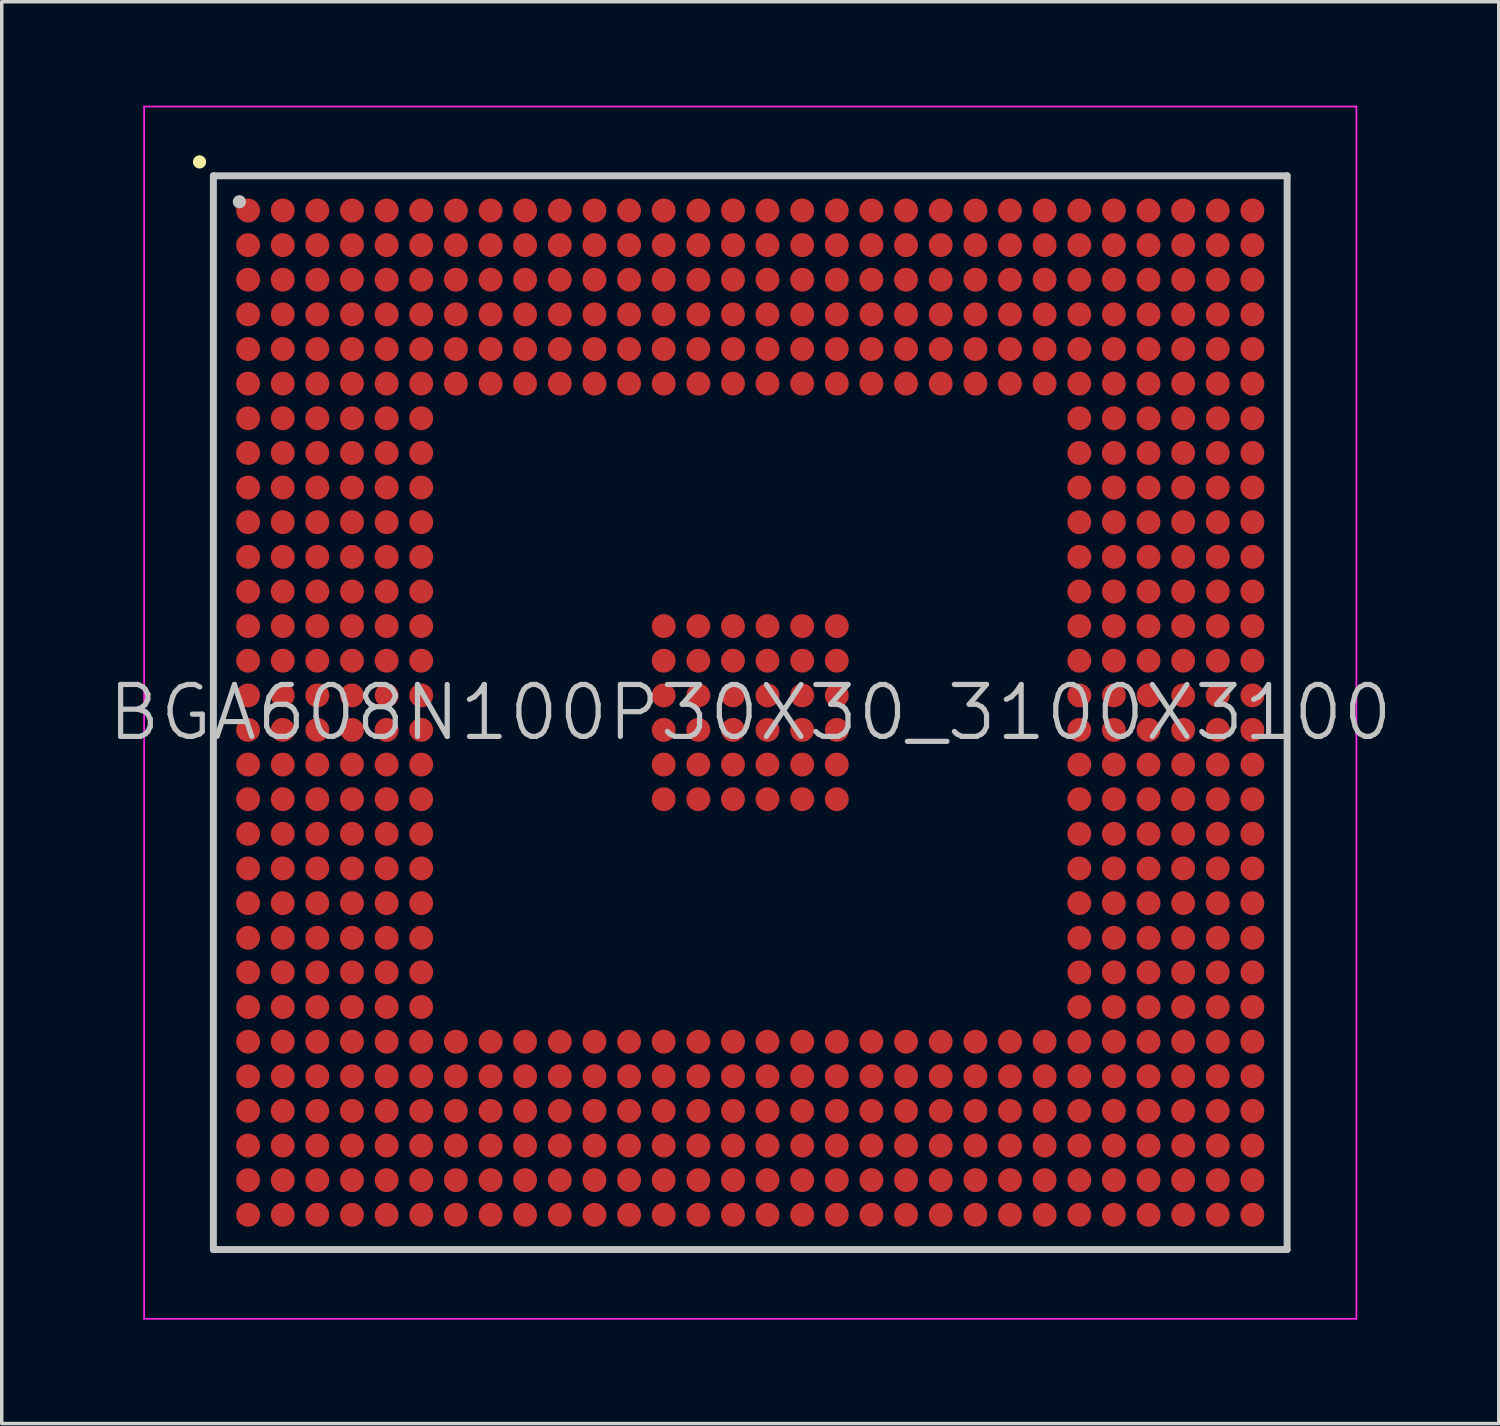
<source format=kicad_pcb>
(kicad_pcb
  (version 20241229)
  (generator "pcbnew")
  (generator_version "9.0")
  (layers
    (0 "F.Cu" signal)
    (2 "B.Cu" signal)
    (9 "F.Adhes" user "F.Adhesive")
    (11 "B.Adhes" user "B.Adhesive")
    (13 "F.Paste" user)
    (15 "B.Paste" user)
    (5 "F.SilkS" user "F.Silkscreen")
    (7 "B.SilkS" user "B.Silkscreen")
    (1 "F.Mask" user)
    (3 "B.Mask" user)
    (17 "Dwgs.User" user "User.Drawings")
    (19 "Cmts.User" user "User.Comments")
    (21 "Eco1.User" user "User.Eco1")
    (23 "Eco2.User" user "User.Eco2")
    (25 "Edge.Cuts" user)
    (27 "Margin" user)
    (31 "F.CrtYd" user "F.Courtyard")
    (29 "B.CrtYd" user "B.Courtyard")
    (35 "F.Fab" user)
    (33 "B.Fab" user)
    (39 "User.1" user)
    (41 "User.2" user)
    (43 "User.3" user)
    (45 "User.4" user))
  (footprint "BGA608N100P30X30_3100X3100"
    (layer "F.Cu")
    (at 18.611 17.525)
    (property "Reference" "BGA608N100P30X30_3100X3100" (at 0 0 0) (layer "Dwgs.User") (effects (font (size 1.5 1.5) (thickness 0.15))))
    (attr smd)
    (fp_line (start -15.9 -15.9) (end -15.9 -15.9) (stroke (width 0.381) (type solid)) (layer "F.SilkS"))
    (fp_line (start -15.5 -15.5) (end -15.5 15.5) (stroke (width 0.2) (type solid)) (layer "Dwgs.User"))
    (fp_line (start -15.5 -15.5) (end 15.5 -15.5) (stroke (width 0.2) (type solid)) (layer "Dwgs.User"))
    (fp_line (start -15.5 15.5) (end 15.5 15.5) (stroke (width 0.2) (type solid)) (layer "Dwgs.User"))
    (fp_line (start -14.75 -14.75) (end -14.75 -14.75) (stroke (width 0.381) (type solid)) (layer "Dwgs.User"))
    (fp_line (start 15.5 -15.5) (end 15.5 15.5) (stroke (width 0.2) (type solid)) (layer "Dwgs.User"))
    (fp_line (start -17.5 -17.5) (end -17.5 17.5) (stroke (width 0.05) (type solid)) (layer "F.CrtYd"))
    (fp_line (start -17.5 -17.5) (end 17.5 -17.5) (stroke (width 0.05) (type solid)) (layer "F.CrtYd"))
    (fp_line (start -17.5 17.5) (end 17.5 17.5) (stroke (width 0.05) (type solid)) (layer "F.CrtYd"))
    (fp_line (start 17.5 -17.5) (end 17.5 17.5) (stroke (width 0.05) (type solid)) (layer "F.CrtYd"))
    (pad "A1" smd circle (at -14.498 -14.498 270) (size 0.69 0.69) (layers "F.Cu" "F.Mask" "F.Paste"))
    (pad "A2" smd circle (at -13.498 -14.498 270) (size 0.69 0.69) (layers "F.Cu" "F.Mask" "F.Paste"))
    (pad "A3" smd circle (at -12.499 -14.498 270) (size 0.69 0.69) (layers "F.Cu" "F.Mask" "F.Paste"))
    (pad "A4" smd circle (at -11.499 -14.498 270) (size 0.69 0.69) (layers "F.Cu" "F.Mask" "F.Paste"))
    (pad "A5" smd circle (at -10.498 -14.498 270) (size 0.69 0.69) (layers "F.Cu" "F.Mask" "F.Paste"))
    (pad "A6" smd circle (at -9.5 -14.498 270) (size 0.69 0.69) (layers "F.Cu" "F.Mask" "F.Paste"))
    (pad "A7" smd circle (at -8.499 -14.498 270) (size 0.69 0.69) (layers "F.Cu" "F.Mask" "F.Paste"))
    (pad "A8" smd circle (at -7.498 -14.498 270) (size 0.69 0.69) (layers "F.Cu" "F.Mask" "F.Paste"))
    (pad "A9" smd circle (at -6.5 -14.498 270) (size 0.69 0.69) (layers "F.Cu" "F.Mask" "F.Paste"))
    (pad "A10" smd circle (at -5.499 -14.498 270) (size 0.69 0.69) (layers "F.Cu" "F.Mask" "F.Paste"))
    (pad "A11" smd circle (at -4.498 -14.498 270) (size 0.69 0.69) (layers "F.Cu" "F.Mask" "F.Paste"))
    (pad "A12" smd circle (at -3.498 -14.498 270) (size 0.69 0.69) (layers "F.Cu" "F.Mask" "F.Paste"))
    (pad "A13" smd circle (at -2.499 -14.498 270) (size 0.69 0.69) (layers "F.Cu" "F.Mask" "F.Paste"))
    (pad "A14" smd circle (at -1.499 -14.498 270) (size 0.69 0.69) (layers "F.Cu" "F.Mask" "F.Paste"))
    (pad "A15" smd circle (at -0.498 -14.498 270) (size 0.69 0.69) (layers "F.Cu" "F.Mask" "F.Paste"))
    (pad "A16" smd circle (at 0.498 -14.498 270) (size 0.69 0.69) (layers "F.Cu" "F.Mask" "F.Paste"))
    (pad "A17" smd circle (at 1.499 -14.498 270) (size 0.69 0.69) (layers "F.Cu" "F.Mask" "F.Paste"))
    (pad "A18" smd circle (at 2.499 -14.498 270) (size 0.69 0.69) (layers "F.Cu" "F.Mask" "F.Paste"))
    (pad "A19" smd circle (at 3.498 -14.498 270) (size 0.69 0.69) (layers "F.Cu" "F.Mask" "F.Paste"))
    (pad "A20" smd circle (at 4.498 -14.498 270) (size 0.69 0.69) (layers "F.Cu" "F.Mask" "F.Paste"))
    (pad "A21" smd circle (at 5.499 -14.498 270) (size 0.69 0.69) (layers "F.Cu" "F.Mask" "F.Paste"))
    (pad "A22" smd circle (at 6.5 -14.498 270) (size 0.69 0.69) (layers "F.Cu" "F.Mask" "F.Paste"))
    (pad "A23" smd circle (at 7.498 -14.498 270) (size 0.69 0.69) (layers "F.Cu" "F.Mask" "F.Paste"))
    (pad "A24" smd circle (at 8.499 -14.498 270) (size 0.69 0.69) (layers "F.Cu" "F.Mask" "F.Paste"))
    (pad "A25" smd circle (at 9.5 -14.498 270) (size 0.69 0.69) (layers "F.Cu" "F.Mask" "F.Paste"))
    (pad "A26" smd circle (at 10.498 -14.498 270) (size 0.69 0.69) (layers "F.Cu" "F.Mask" "F.Paste"))
    (pad "A27" smd circle (at 11.499 -14.498 270) (size 0.69 0.69) (layers "F.Cu" "F.Mask" "F.Paste"))
    (pad "A28" smd circle (at 12.499 -14.498 270) (size 0.69 0.69) (layers "F.Cu" "F.Mask" "F.Paste"))
    (pad "A29" smd circle (at 13.498 -14.498 270) (size 0.69 0.69) (layers "F.Cu" "F.Mask" "F.Paste"))
    (pad "A30" smd circle (at 14.498 -14.498 270) (size 0.69 0.69) (layers "F.Cu" "F.Mask" "F.Paste"))
    (pad "AA1" smd circle (at -14.498 5.499 270) (size 0.69 0.69) (layers "F.Cu" "F.Mask" "F.Paste"))
    (pad "AA2" smd circle (at -13.498 5.499 270) (size 0.69 0.69) (layers "F.Cu" "F.Mask" "F.Paste"))
    (pad "AA3" smd circle (at -12.499 5.499 270) (size 0.69 0.69) (layers "F.Cu" "F.Mask" "F.Paste"))
    (pad "AA4" smd circle (at -11.499 5.499 270) (size 0.69 0.69) (layers "F.Cu" "F.Mask" "F.Paste"))
    (pad "AA5" smd circle (at -10.498 5.499 270) (size 0.69 0.69) (layers "F.Cu" "F.Mask" "F.Paste"))
    (pad "AA6" smd circle (at -9.5 5.499 270) (size 0.69 0.69) (layers "F.Cu" "F.Mask" "F.Paste"))
    (pad "AA25" smd circle (at 9.5 5.499 270) (size 0.69 0.69) (layers "F.Cu" "F.Mask" "F.Paste"))
    (pad "AA26" smd circle (at 10.498 5.499 270) (size 0.69 0.69) (layers "F.Cu" "F.Mask" "F.Paste"))
    (pad "AA27" smd circle (at 11.499 5.499 270) (size 0.69 0.69) (layers "F.Cu" "F.Mask" "F.Paste"))
    (pad "AA28" smd circle (at 12.499 5.499 270) (size 0.69 0.69) (layers "F.Cu" "F.Mask" "F.Paste"))
    (pad "AA29" smd circle (at 13.498 5.499 270) (size 0.69 0.69) (layers "F.Cu" "F.Mask" "F.Paste"))
    (pad "AA30" smd circle (at 14.498 5.499 270) (size 0.69 0.69) (layers "F.Cu" "F.Mask" "F.Paste"))
    (pad "AB1" smd circle (at -14.498 6.5 270) (size 0.69 0.69) (layers "F.Cu" "F.Mask" "F.Paste"))
    (pad "AB2" smd circle (at -13.498 6.5 270) (size 0.69 0.69) (layers "F.Cu" "F.Mask" "F.Paste"))
    (pad "AB3" smd circle (at -12.499 6.5 270) (size 0.69 0.69) (layers "F.Cu" "F.Mask" "F.Paste"))
    (pad "AB4" smd circle (at -11.499 6.5 270) (size 0.69 0.69) (layers "F.Cu" "F.Mask" "F.Paste"))
    (pad "AB5" smd circle (at -10.498 6.5 270) (size 0.69 0.69) (layers "F.Cu" "F.Mask" "F.Paste"))
    (pad "AB6" smd circle (at -9.5 6.5 270) (size 0.69 0.69) (layers "F.Cu" "F.Mask" "F.Paste"))
    (pad "AB25" smd circle (at 9.5 6.5 270) (size 0.69 0.69) (layers "F.Cu" "F.Mask" "F.Paste"))
    (pad "AB26" smd circle (at 10.498 6.5 270) (size 0.69 0.69) (layers "F.Cu" "F.Mask" "F.Paste"))
    (pad "AB27" smd circle (at 11.499 6.5 270) (size 0.69 0.69) (layers "F.Cu" "F.Mask" "F.Paste"))
    (pad "AB28" smd circle (at 12.499 6.5 270) (size 0.69 0.69) (layers "F.Cu" "F.Mask" "F.Paste"))
    (pad "AB29" smd circle (at 13.498 6.5 270) (size 0.69 0.69) (layers "F.Cu" "F.Mask" "F.Paste"))
    (pad "AB30" smd circle (at 14.498 6.5 270) (size 0.69 0.69) (layers "F.Cu" "F.Mask" "F.Paste"))
    (pad "AC1" smd circle (at -14.498 7.498 270) (size 0.69 0.69) (layers "F.Cu" "F.Mask" "F.Paste"))
    (pad "AC2" smd circle (at -13.498 7.498 270) (size 0.69 0.69) (layers "F.Cu" "F.Mask" "F.Paste"))
    (pad "AC3" smd circle (at -12.499 7.498 270) (size 0.69 0.69) (layers "F.Cu" "F.Mask" "F.Paste"))
    (pad "AC4" smd circle (at -11.499 7.498 270) (size 0.69 0.69) (layers "F.Cu" "F.Mask" "F.Paste"))
    (pad "AC5" smd circle (at -10.498 7.498 270) (size 0.69 0.69) (layers "F.Cu" "F.Mask" "F.Paste"))
    (pad "AC6" smd circle (at -9.5 7.498 270) (size 0.69 0.69) (layers "F.Cu" "F.Mask" "F.Paste"))
    (pad "AC25" smd circle (at 9.5 7.498 270) (size 0.69 0.69) (layers "F.Cu" "F.Mask" "F.Paste"))
    (pad "AC26" smd circle (at 10.498 7.498 270) (size 0.69 0.69) (layers "F.Cu" "F.Mask" "F.Paste"))
    (pad "AC27" smd circle (at 11.499 7.498 270) (size 0.69 0.69) (layers "F.Cu" "F.Mask" "F.Paste"))
    (pad "AC28" smd circle (at 12.499 7.498 270) (size 0.69 0.69) (layers "F.Cu" "F.Mask" "F.Paste"))
    (pad "AC29" smd circle (at 13.498 7.498 270) (size 0.69 0.69) (layers "F.Cu" "F.Mask" "F.Paste"))
    (pad "AC30" smd circle (at 14.498 7.498 270) (size 0.69 0.69) (layers "F.Cu" "F.Mask" "F.Paste"))
    (pad "AD1" smd circle (at -14.498 8.499 270) (size 0.69 0.69) (layers "F.Cu" "F.Mask" "F.Paste"))
    (pad "AD2" smd circle (at -13.498 8.499 270) (size 0.69 0.69) (layers "F.Cu" "F.Mask" "F.Paste"))
    (pad "AD3" smd circle (at -12.499 8.499 270) (size 0.69 0.69) (layers "F.Cu" "F.Mask" "F.Paste"))
    (pad "AD4" smd circle (at -11.499 8.499 270) (size 0.69 0.69) (layers "F.Cu" "F.Mask" "F.Paste"))
    (pad "AD5" smd circle (at -10.498 8.499 270) (size 0.69 0.69) (layers "F.Cu" "F.Mask" "F.Paste"))
    (pad "AD6" smd circle (at -9.5 8.499 270) (size 0.69 0.69) (layers "F.Cu" "F.Mask" "F.Paste"))
    (pad "AD25" smd circle (at 9.5 8.499 270) (size 0.69 0.69) (layers "F.Cu" "F.Mask" "F.Paste"))
    (pad "AD26" smd circle (at 10.498 8.499 270) (size 0.69 0.69) (layers "F.Cu" "F.Mask" "F.Paste"))
    (pad "AD27" smd circle (at 11.499 8.499 270) (size 0.69 0.69) (layers "F.Cu" "F.Mask" "F.Paste"))
    (pad "AD28" smd circle (at 12.499 8.499 270) (size 0.69 0.69) (layers "F.Cu" "F.Mask" "F.Paste"))
    (pad "AD29" smd circle (at 13.498 8.499 270) (size 0.69 0.69) (layers "F.Cu" "F.Mask" "F.Paste"))
    (pad "AD30" smd circle (at 14.498 8.499 270) (size 0.69 0.69) (layers "F.Cu" "F.Mask" "F.Paste"))
    (pad "AE1" smd circle (at -14.498 9.5 270) (size 0.69 0.69) (layers "F.Cu" "F.Mask" "F.Paste"))
    (pad "AE2" smd circle (at -13.498 9.5 270) (size 0.69 0.69) (layers "F.Cu" "F.Mask" "F.Paste"))
    (pad "AE3" smd circle (at -12.499 9.5 270) (size 0.69 0.69) (layers "F.Cu" "F.Mask" "F.Paste"))
    (pad "AE4" smd circle (at -11.499 9.5 270) (size 0.69 0.69) (layers "F.Cu" "F.Mask" "F.Paste"))
    (pad "AE5" smd circle (at -10.498 9.5 270) (size 0.69 0.69) (layers "F.Cu" "F.Mask" "F.Paste"))
    (pad "AE6" smd circle (at -9.5 9.5 270) (size 0.69 0.69) (layers "F.Cu" "F.Mask" "F.Paste"))
    (pad "AE7" smd circle (at -8.499 9.5 270) (size 0.69 0.69) (layers "F.Cu" "F.Mask" "F.Paste"))
    (pad "AE8" smd circle (at -7.498 9.5 270) (size 0.69 0.69) (layers "F.Cu" "F.Mask" "F.Paste"))
    (pad "AE9" smd circle (at -6.5 9.5 270) (size 0.69 0.69) (layers "F.Cu" "F.Mask" "F.Paste"))
    (pad "AE10" smd circle (at -5.499 9.5 270) (size 0.69 0.69) (layers "F.Cu" "F.Mask" "F.Paste"))
    (pad "AE11" smd circle (at -4.498 9.5 270) (size 0.69 0.69) (layers "F.Cu" "F.Mask" "F.Paste"))
    (pad "AE12" smd circle (at -3.498 9.5 270) (size 0.69 0.69) (layers "F.Cu" "F.Mask" "F.Paste"))
    (pad "AE13" smd circle (at -2.499 9.5 270) (size 0.69 0.69) (layers "F.Cu" "F.Mask" "F.Paste"))
    (pad "AE14" smd circle (at -1.499 9.5 270) (size 0.69 0.69) (layers "F.Cu" "F.Mask" "F.Paste"))
    (pad "AE15" smd circle (at -0.498 9.5 270) (size 0.69 0.69) (layers "F.Cu" "F.Mask" "F.Paste"))
    (pad "AE16" smd circle (at 0.498 9.5 270) (size 0.69 0.69) (layers "F.Cu" "F.Mask" "F.Paste"))
    (pad "AE17" smd circle (at 1.499 9.5 270) (size 0.69 0.69) (layers "F.Cu" "F.Mask" "F.Paste"))
    (pad "AE18" smd circle (at 2.499 9.5 270) (size 0.69 0.69) (layers "F.Cu" "F.Mask" "F.Paste"))
    (pad "AE19" smd circle (at 3.498 9.5 270) (size 0.69 0.69) (layers "F.Cu" "F.Mask" "F.Paste"))
    (pad "AE20" smd circle (at 4.498 9.5 270) (size 0.69 0.69) (layers "F.Cu" "F.Mask" "F.Paste"))
    (pad "AE21" smd circle (at 5.499 9.5 270) (size 0.69 0.69) (layers "F.Cu" "F.Mask" "F.Paste"))
    (pad "AE22" smd circle (at 6.5 9.5 270) (size 0.69 0.69) (layers "F.Cu" "F.Mask" "F.Paste"))
    (pad "AE23" smd circle (at 7.498 9.5 270) (size 0.69 0.69) (layers "F.Cu" "F.Mask" "F.Paste"))
    (pad "AE24" smd circle (at 8.499 9.5 270) (size 0.69 0.69) (layers "F.Cu" "F.Mask" "F.Paste"))
    (pad "AE25" smd circle (at 9.5 9.5 270) (size 0.69 0.69) (layers "F.Cu" "F.Mask" "F.Paste"))
    (pad "AE26" smd circle (at 10.498 9.5 270) (size 0.69 0.69) (layers "F.Cu" "F.Mask" "F.Paste"))
    (pad "AE27" smd circle (at 11.499 9.5 270) (size 0.69 0.69) (layers "F.Cu" "F.Mask" "F.Paste"))
    (pad "AE28" smd circle (at 12.499 9.5 270) (size 0.69 0.69) (layers "F.Cu" "F.Mask" "F.Paste"))
    (pad "AE29" smd circle (at 13.498 9.5 270) (size 0.69 0.69) (layers "F.Cu" "F.Mask" "F.Paste"))
    (pad "AE30" smd circle (at 14.498 9.5 270) (size 0.69 0.69) (layers "F.Cu" "F.Mask" "F.Paste"))
    (pad "AF1" smd circle (at -14.498 10.498 270) (size 0.69 0.69) (layers "F.Cu" "F.Mask" "F.Paste"))
    (pad "AF2" smd circle (at -13.498 10.498 270) (size 0.69 0.69) (layers "F.Cu" "F.Mask" "F.Paste"))
    (pad "AF3" smd circle (at -12.499 10.498 270) (size 0.69 0.69) (layers "F.Cu" "F.Mask" "F.Paste"))
    (pad "AF4" smd circle (at -11.499 10.498 270) (size 0.69 0.69) (layers "F.Cu" "F.Mask" "F.Paste"))
    (pad "AF5" smd circle (at -10.498 10.498 270) (size 0.69 0.69) (layers "F.Cu" "F.Mask" "F.Paste"))
    (pad "AF6" smd circle (at -9.5 10.498 270) (size 0.69 0.69) (layers "F.Cu" "F.Mask" "F.Paste"))
    (pad "AF7" smd circle (at -8.499 10.498 270) (size 0.69 0.69) (layers "F.Cu" "F.Mask" "F.Paste"))
    (pad "AF8" smd circle (at -7.498 10.498 270) (size 0.69 0.69) (layers "F.Cu" "F.Mask" "F.Paste"))
    (pad "AF9" smd circle (at -6.5 10.498 270) (size 0.69 0.69) (layers "F.Cu" "F.Mask" "F.Paste"))
    (pad "AF10" smd circle (at -5.499 10.498 270) (size 0.69 0.69) (layers "F.Cu" "F.Mask" "F.Paste"))
    (pad "AF11" smd circle (at -4.498 10.498 270) (size 0.69 0.69) (layers "F.Cu" "F.Mask" "F.Paste"))
    (pad "AF12" smd circle (at -3.498 10.498 270) (size 0.69 0.69) (layers "F.Cu" "F.Mask" "F.Paste"))
    (pad "AF13" smd circle (at -2.499 10.498 270) (size 0.69 0.69) (layers "F.Cu" "F.Mask" "F.Paste"))
    (pad "AF14" smd circle (at -1.499 10.498 270) (size 0.69 0.69) (layers "F.Cu" "F.Mask" "F.Paste"))
    (pad "AF15" smd circle (at -0.498 10.498 270) (size 0.69 0.69) (layers "F.Cu" "F.Mask" "F.Paste"))
    (pad "AF16" smd circle (at 0.498 10.498 270) (size 0.69 0.69) (layers "F.Cu" "F.Mask" "F.Paste"))
    (pad "AF17" smd circle (at 1.499 10.498 270) (size 0.69 0.69) (layers "F.Cu" "F.Mask" "F.Paste"))
    (pad "AF18" smd circle (at 2.499 10.498 270) (size 0.69 0.69) (layers "F.Cu" "F.Mask" "F.Paste"))
    (pad "AF19" smd circle (at 3.498 10.498 270) (size 0.69 0.69) (layers "F.Cu" "F.Mask" "F.Paste"))
    (pad "AF20" smd circle (at 4.498 10.498 270) (size 0.69 0.69) (layers "F.Cu" "F.Mask" "F.Paste"))
    (pad "AF21" smd circle (at 5.499 10.498 270) (size 0.69 0.69) (layers "F.Cu" "F.Mask" "F.Paste"))
    (pad "AF22" smd circle (at 6.5 10.498 270) (size 0.69 0.69) (layers "F.Cu" "F.Mask" "F.Paste"))
    (pad "AF23" smd circle (at 7.498 10.498 270) (size 0.69 0.69) (layers "F.Cu" "F.Mask" "F.Paste"))
    (pad "AF24" smd circle (at 8.499 10.498 270) (size 0.69 0.69) (layers "F.Cu" "F.Mask" "F.Paste"))
    (pad "AF25" smd circle (at 9.5 10.498 270) (size 0.69 0.69) (layers "F.Cu" "F.Mask" "F.Paste"))
    (pad "AF26" smd circle (at 10.498 10.498 270) (size 0.69 0.69) (layers "F.Cu" "F.Mask" "F.Paste"))
    (pad "AF27" smd circle (at 11.499 10.498 270) (size 0.69 0.69) (layers "F.Cu" "F.Mask" "F.Paste"))
    (pad "AF28" smd circle (at 12.499 10.498 270) (size 0.69 0.69) (layers "F.Cu" "F.Mask" "F.Paste"))
    (pad "AF29" smd circle (at 13.498 10.498 270) (size 0.69 0.69) (layers "F.Cu" "F.Mask" "F.Paste"))
    (pad "AF30" smd circle (at 14.498 10.498 270) (size 0.69 0.69) (layers "F.Cu" "F.Mask" "F.Paste"))
    (pad "AG1" smd circle (at -14.498 11.499 270) (size 0.69 0.69) (layers "F.Cu" "F.Mask" "F.Paste"))
    (pad "AG2" smd circle (at -13.498 11.499 270) (size 0.69 0.69) (layers "F.Cu" "F.Mask" "F.Paste"))
    (pad "AG3" smd circle (at -12.499 11.499 270) (size 0.69 0.69) (layers "F.Cu" "F.Mask" "F.Paste"))
    (pad "AG4" smd circle (at -11.499 11.499 270) (size 0.69 0.69) (layers "F.Cu" "F.Mask" "F.Paste"))
    (pad "AG5" smd circle (at -10.498 11.499 270) (size 0.69 0.69) (layers "F.Cu" "F.Mask" "F.Paste"))
    (pad "AG6" smd circle (at -9.5 11.499 270) (size 0.69 0.69) (layers "F.Cu" "F.Mask" "F.Paste"))
    (pad "AG7" smd circle (at -8.499 11.499 270) (size 0.69 0.69) (layers "F.Cu" "F.Mask" "F.Paste"))
    (pad "AG8" smd circle (at -7.498 11.499 270) (size 0.69 0.69) (layers "F.Cu" "F.Mask" "F.Paste"))
    (pad "AG9" smd circle (at -6.5 11.499 270) (size 0.69 0.69) (layers "F.Cu" "F.Mask" "F.Paste"))
    (pad "AG10" smd circle (at -5.499 11.499 270) (size 0.69 0.69) (layers "F.Cu" "F.Mask" "F.Paste"))
    (pad "AG11" smd circle (at -4.498 11.499 270) (size 0.69 0.69) (layers "F.Cu" "F.Mask" "F.Paste"))
    (pad "AG12" smd circle (at -3.498 11.499 270) (size 0.69 0.69) (layers "F.Cu" "F.Mask" "F.Paste"))
    (pad "AG13" smd circle (at -2.499 11.499 270) (size 0.69 0.69) (layers "F.Cu" "F.Mask" "F.Paste"))
    (pad "AG14" smd circle (at -1.499 11.499 270) (size 0.69 0.69) (layers "F.Cu" "F.Mask" "F.Paste"))
    (pad "AG15" smd circle (at -0.498 11.499 270) (size 0.69 0.69) (layers "F.Cu" "F.Mask" "F.Paste"))
    (pad "AG16" smd circle (at 0.498 11.499 270) (size 0.69 0.69) (layers "F.Cu" "F.Mask" "F.Paste"))
    (pad "AG17" smd circle (at 1.499 11.499 270) (size 0.69 0.69) (layers "F.Cu" "F.Mask" "F.Paste"))
    (pad "AG18" smd circle (at 2.499 11.499 270) (size 0.69 0.69) (layers "F.Cu" "F.Mask" "F.Paste"))
    (pad "AG19" smd circle (at 3.498 11.499 270) (size 0.69 0.69) (layers "F.Cu" "F.Mask" "F.Paste"))
    (pad "AG20" smd circle (at 4.498 11.499 270) (size 0.69 0.69) (layers "F.Cu" "F.Mask" "F.Paste"))
    (pad "AG21" smd circle (at 5.499 11.499 270) (size 0.69 0.69) (layers "F.Cu" "F.Mask" "F.Paste"))
    (pad "AG22" smd circle (at 6.5 11.499 270) (size 0.69 0.69) (layers "F.Cu" "F.Mask" "F.Paste"))
    (pad "AG23" smd circle (at 7.498 11.499 270) (size 0.69 0.69) (layers "F.Cu" "F.Mask" "F.Paste"))
    (pad "AG24" smd circle (at 8.499 11.499 270) (size 0.69 0.69) (layers "F.Cu" "F.Mask" "F.Paste"))
    (pad "AG25" smd circle (at 9.5 11.499 270) (size 0.69 0.69) (layers "F.Cu" "F.Mask" "F.Paste"))
    (pad "AG26" smd circle (at 10.498 11.499 270) (size 0.69 0.69) (layers "F.Cu" "F.Mask" "F.Paste"))
    (pad "AG27" smd circle (at 11.499 11.499 270) (size 0.69 0.69) (layers "F.Cu" "F.Mask" "F.Paste"))
    (pad "AG28" smd circle (at 12.499 11.499 270) (size 0.69 0.69) (layers "F.Cu" "F.Mask" "F.Paste"))
    (pad "AG29" smd circle (at 13.498 11.499 270) (size 0.69 0.69) (layers "F.Cu" "F.Mask" "F.Paste"))
    (pad "AG30" smd circle (at 14.498 11.499 270) (size 0.69 0.69) (layers "F.Cu" "F.Mask" "F.Paste"))
    (pad "AH1" smd circle (at -14.498 12.499 270) (size 0.69 0.69) (layers "F.Cu" "F.Mask" "F.Paste"))
    (pad "AH2" smd circle (at -13.498 12.499 270) (size 0.69 0.69) (layers "F.Cu" "F.Mask" "F.Paste"))
    (pad "AH3" smd circle (at -12.499 12.499 270) (size 0.69 0.69) (layers "F.Cu" "F.Mask" "F.Paste"))
    (pad "AH4" smd circle (at -11.499 12.499 270) (size 0.69 0.69) (layers "F.Cu" "F.Mask" "F.Paste"))
    (pad "AH5" smd circle (at -10.498 12.499 270) (size 0.69 0.69) (layers "F.Cu" "F.Mask" "F.Paste"))
    (pad "AH6" smd circle (at -9.5 12.499 270) (size 0.69 0.69) (layers "F.Cu" "F.Mask" "F.Paste"))
    (pad "AH7" smd circle (at -8.499 12.499 270) (size 0.69 0.69) (layers "F.Cu" "F.Mask" "F.Paste"))
    (pad "AH8" smd circle (at -7.498 12.499 270) (size 0.69 0.69) (layers "F.Cu" "F.Mask" "F.Paste"))
    (pad "AH9" smd circle (at -6.5 12.499 270) (size 0.69 0.69) (layers "F.Cu" "F.Mask" "F.Paste"))
    (pad "AH10" smd circle (at -5.499 12.499 270) (size 0.69 0.69) (layers "F.Cu" "F.Mask" "F.Paste"))
    (pad "AH11" smd circle (at -4.498 12.499 270) (size 0.69 0.69) (layers "F.Cu" "F.Mask" "F.Paste"))
    (pad "AH12" smd circle (at -3.498 12.499 270) (size 0.69 0.69) (layers "F.Cu" "F.Mask" "F.Paste"))
    (pad "AH13" smd circle (at -2.499 12.499 270) (size 0.69 0.69) (layers "F.Cu" "F.Mask" "F.Paste"))
    (pad "AH14" smd circle (at -1.499 12.499 270) (size 0.69 0.69) (layers "F.Cu" "F.Mask" "F.Paste"))
    (pad "AH15" smd circle (at -0.498 12.499 270) (size 0.69 0.69) (layers "F.Cu" "F.Mask" "F.Paste"))
    (pad "AH16" smd circle (at 0.498 12.499 270) (size 0.69 0.69) (layers "F.Cu" "F.Mask" "F.Paste"))
    (pad "AH17" smd circle (at 1.499 12.499 270) (size 0.69 0.69) (layers "F.Cu" "F.Mask" "F.Paste"))
    (pad "AH18" smd circle (at 2.499 12.499 270) (size 0.69 0.69) (layers "F.Cu" "F.Mask" "F.Paste"))
    (pad "AH19" smd circle (at 3.498 12.499 270) (size 0.69 0.69) (layers "F.Cu" "F.Mask" "F.Paste"))
    (pad "AH20" smd circle (at 4.498 12.499 270) (size 0.69 0.69) (layers "F.Cu" "F.Mask" "F.Paste"))
    (pad "AH21" smd circle (at 5.499 12.499 270) (size 0.69 0.69) (layers "F.Cu" "F.Mask" "F.Paste"))
    (pad "AH22" smd circle (at 6.5 12.499 270) (size 0.69 0.69) (layers "F.Cu" "F.Mask" "F.Paste"))
    (pad "AH23" smd circle (at 7.498 12.499 270) (size 0.69 0.69) (layers "F.Cu" "F.Mask" "F.Paste"))
    (pad "AH24" smd circle (at 8.499 12.499 270) (size 0.69 0.69) (layers "F.Cu" "F.Mask" "F.Paste"))
    (pad "AH25" smd circle (at 9.5 12.499 270) (size 0.69 0.69) (layers "F.Cu" "F.Mask" "F.Paste"))
    (pad "AH26" smd circle (at 10.498 12.499 270) (size 0.69 0.69) (layers "F.Cu" "F.Mask" "F.Paste"))
    (pad "AH27" smd circle (at 11.499 12.499 270) (size 0.69 0.69) (layers "F.Cu" "F.Mask" "F.Paste"))
    (pad "AH28" smd circle (at 12.499 12.499 270) (size 0.69 0.69) (layers "F.Cu" "F.Mask" "F.Paste"))
    (pad "AH29" smd circle (at 13.498 12.499 270) (size 0.69 0.69) (layers "F.Cu" "F.Mask" "F.Paste"))
    (pad "AH30" smd circle (at 14.498 12.499 270) (size 0.69 0.69) (layers "F.Cu" "F.Mask" "F.Paste"))
    (pad "AJ1" smd circle (at -14.498 13.498 270) (size 0.69 0.69) (layers "F.Cu" "F.Mask" "F.Paste"))
    (pad "AJ2" smd circle (at -13.498 13.498 270) (size 0.69 0.69) (layers "F.Cu" "F.Mask" "F.Paste"))
    (pad "AJ3" smd circle (at -12.499 13.498 270) (size 0.69 0.69) (layers "F.Cu" "F.Mask" "F.Paste"))
    (pad "AJ4" smd circle (at -11.499 13.498 270) (size 0.69 0.69) (layers "F.Cu" "F.Mask" "F.Paste"))
    (pad "AJ5" smd circle (at -10.498 13.498 270) (size 0.69 0.69) (layers "F.Cu" "F.Mask" "F.Paste"))
    (pad "AJ6" smd circle (at -9.5 13.498 270) (size 0.69 0.69) (layers "F.Cu" "F.Mask" "F.Paste"))
    (pad "AJ7" smd circle (at -8.499 13.498 270) (size 0.69 0.69) (layers "F.Cu" "F.Mask" "F.Paste"))
    (pad "AJ8" smd circle (at -7.498 13.498 270) (size 0.69 0.69) (layers "F.Cu" "F.Mask" "F.Paste"))
    (pad "AJ9" smd circle (at -6.5 13.498 270) (size 0.69 0.69) (layers "F.Cu" "F.Mask" "F.Paste"))
    (pad "AJ10" smd circle (at -5.499 13.498 270) (size 0.69 0.69) (layers "F.Cu" "F.Mask" "F.Paste"))
    (pad "AJ11" smd circle (at -4.498 13.498 270) (size 0.69 0.69) (layers "F.Cu" "F.Mask" "F.Paste"))
    (pad "AJ12" smd circle (at -3.498 13.498 270) (size 0.69 0.69) (layers "F.Cu" "F.Mask" "F.Paste"))
    (pad "AJ13" smd circle (at -2.499 13.498 270) (size 0.69 0.69) (layers "F.Cu" "F.Mask" "F.Paste"))
    (pad "AJ14" smd circle (at -1.499 13.498 270) (size 0.69 0.69) (layers "F.Cu" "F.Mask" "F.Paste"))
    (pad "AJ15" smd circle (at -0.498 13.498 270) (size 0.69 0.69) (layers "F.Cu" "F.Mask" "F.Paste"))
    (pad "AJ16" smd circle (at 0.498 13.498 270) (size 0.69 0.69) (layers "F.Cu" "F.Mask" "F.Paste"))
    (pad "AJ17" smd circle (at 1.499 13.498 270) (size 0.69 0.69) (layers "F.Cu" "F.Mask" "F.Paste"))
    (pad "AJ18" smd circle (at 2.499 13.498 270) (size 0.69 0.69) (layers "F.Cu" "F.Mask" "F.Paste"))
    (pad "AJ19" smd circle (at 3.498 13.498 270) (size 0.69 0.69) (layers "F.Cu" "F.Mask" "F.Paste"))
    (pad "AJ20" smd circle (at 4.498 13.498 270) (size 0.69 0.69) (layers "F.Cu" "F.Mask" "F.Paste"))
    (pad "AJ21" smd circle (at 5.499 13.498 270) (size 0.69 0.69) (layers "F.Cu" "F.Mask" "F.Paste"))
    (pad "AJ22" smd circle (at 6.5 13.498 270) (size 0.69 0.69) (layers "F.Cu" "F.Mask" "F.Paste"))
    (pad "AJ23" smd circle (at 7.498 13.498 270) (size 0.69 0.69) (layers "F.Cu" "F.Mask" "F.Paste"))
    (pad "AJ24" smd circle (at 8.499 13.498 270) (size 0.69 0.69) (layers "F.Cu" "F.Mask" "F.Paste"))
    (pad "AJ25" smd circle (at 9.5 13.498 270) (size 0.69 0.69) (layers "F.Cu" "F.Mask" "F.Paste"))
    (pad "AJ26" smd circle (at 10.498 13.498 270) (size 0.69 0.69) (layers "F.Cu" "F.Mask" "F.Paste"))
    (pad "AJ27" smd circle (at 11.499 13.498 270) (size 0.69 0.69) (layers "F.Cu" "F.Mask" "F.Paste"))
    (pad "AJ28" smd circle (at 12.499 13.498 270) (size 0.69 0.69) (layers "F.Cu" "F.Mask" "F.Paste"))
    (pad "AJ29" smd circle (at 13.498 13.498 270) (size 0.69 0.69) (layers "F.Cu" "F.Mask" "F.Paste"))
    (pad "AJ30" smd circle (at 14.498 13.498 270) (size 0.69 0.69) (layers "F.Cu" "F.Mask" "F.Paste"))
    (pad "AK1" smd circle (at -14.498 14.498 270) (size 0.69 0.69) (layers "F.Cu" "F.Mask" "F.Paste"))
    (pad "AK2" smd circle (at -13.498 14.498 270) (size 0.69 0.69) (layers "F.Cu" "F.Mask" "F.Paste"))
    (pad "AK3" smd circle (at -12.499 14.498 270) (size 0.69 0.69) (layers "F.Cu" "F.Mask" "F.Paste"))
    (pad "AK4" smd circle (at -11.499 14.498 270) (size 0.69 0.69) (layers "F.Cu" "F.Mask" "F.Paste"))
    (pad "AK5" smd circle (at -10.498 14.498 270) (size 0.69 0.69) (layers "F.Cu" "F.Mask" "F.Paste"))
    (pad "AK6" smd circle (at -9.5 14.498 270) (size 0.69 0.69) (layers "F.Cu" "F.Mask" "F.Paste"))
    (pad "AK7" smd circle (at -8.499 14.498 270) (size 0.69 0.69) (layers "F.Cu" "F.Mask" "F.Paste"))
    (pad "AK8" smd circle (at -7.498 14.498 270) (size 0.69 0.69) (layers "F.Cu" "F.Mask" "F.Paste"))
    (pad "AK9" smd circle (at -6.5 14.498 270) (size 0.69 0.69) (layers "F.Cu" "F.Mask" "F.Paste"))
    (pad "AK10" smd circle (at -5.499 14.498 270) (size 0.69 0.69) (layers "F.Cu" "F.Mask" "F.Paste"))
    (pad "AK11" smd circle (at -4.498 14.498 270) (size 0.69 0.69) (layers "F.Cu" "F.Mask" "F.Paste"))
    (pad "AK12" smd circle (at -3.498 14.498 270) (size 0.69 0.69) (layers "F.Cu" "F.Mask" "F.Paste"))
    (pad "AK13" smd circle (at -2.499 14.498 270) (size 0.69 0.69) (layers "F.Cu" "F.Mask" "F.Paste"))
    (pad "AK14" smd circle (at -1.499 14.498 270) (size 0.69 0.69) (layers "F.Cu" "F.Mask" "F.Paste"))
    (pad "AK15" smd circle (at -0.498 14.498 270) (size 0.69 0.69) (layers "F.Cu" "F.Mask" "F.Paste"))
    (pad "AK16" smd circle (at 0.498 14.498 270) (size 0.69 0.69) (layers "F.Cu" "F.Mask" "F.Paste"))
    (pad "AK17" smd circle (at 1.499 14.498 270) (size 0.69 0.69) (layers "F.Cu" "F.Mask" "F.Paste"))
    (pad "AK18" smd circle (at 2.499 14.498 270) (size 0.69 0.69) (layers "F.Cu" "F.Mask" "F.Paste"))
    (pad "AK19" smd circle (at 3.498 14.498 270) (size 0.69 0.69) (layers "F.Cu" "F.Mask" "F.Paste"))
    (pad "AK20" smd circle (at 4.498 14.498 270) (size 0.69 0.69) (layers "F.Cu" "F.Mask" "F.Paste"))
    (pad "AK21" smd circle (at 5.499 14.498 270) (size 0.69 0.69) (layers "F.Cu" "F.Mask" "F.Paste"))
    (pad "AK22" smd circle (at 6.5 14.498 270) (size 0.69 0.69) (layers "F.Cu" "F.Mask" "F.Paste"))
    (pad "AK23" smd circle (at 7.498 14.498 270) (size 0.69 0.69) (layers "F.Cu" "F.Mask" "F.Paste"))
    (pad "AK24" smd circle (at 8.499 14.498 270) (size 0.69 0.69) (layers "F.Cu" "F.Mask" "F.Paste"))
    (pad "AK25" smd circle (at 9.5 14.498 270) (size 0.69 0.69) (layers "F.Cu" "F.Mask" "F.Paste"))
    (pad "AK26" smd circle (at 10.498 14.498 270) (size 0.69 0.69) (layers "F.Cu" "F.Mask" "F.Paste"))
    (pad "AK27" smd circle (at 11.499 14.498 270) (size 0.69 0.69) (layers "F.Cu" "F.Mask" "F.Paste"))
    (pad "AK28" smd circle (at 12.499 14.498 270) (size 0.69 0.69) (layers "F.Cu" "F.Mask" "F.Paste"))
    (pad "AK29" smd circle (at 13.498 14.498 270) (size 0.69 0.69) (layers "F.Cu" "F.Mask" "F.Paste"))
    (pad "AK30" smd circle (at 14.498 14.498 270) (size 0.69 0.69) (layers "F.Cu" "F.Mask" "F.Paste"))
    (pad "B1" smd circle (at -14.498 -13.498 270) (size 0.69 0.69) (layers "F.Cu" "F.Mask" "F.Paste"))
    (pad "B2" smd circle (at -13.498 -13.498 270) (size 0.69 0.69) (layers "F.Cu" "F.Mask" "F.Paste"))
    (pad "B3" smd circle (at -12.499 -13.498 270) (size 0.69 0.69) (layers "F.Cu" "F.Mask" "F.Paste"))
    (pad "B4" smd circle (at -11.499 -13.498 270) (size 0.69 0.69) (layers "F.Cu" "F.Mask" "F.Paste"))
    (pad "B5" smd circle (at -10.498 -13.498 270) (size 0.69 0.69) (layers "F.Cu" "F.Mask" "F.Paste"))
    (pad "B6" smd circle (at -9.5 -13.498 270) (size 0.69 0.69) (layers "F.Cu" "F.Mask" "F.Paste"))
    (pad "B7" smd circle (at -8.499 -13.498 270) (size 0.69 0.69) (layers "F.Cu" "F.Mask" "F.Paste"))
    (pad "B8" smd circle (at -7.498 -13.498 270) (size 0.69 0.69) (layers "F.Cu" "F.Mask" "F.Paste"))
    (pad "B9" smd circle (at -6.5 -13.498 270) (size 0.69 0.69) (layers "F.Cu" "F.Mask" "F.Paste"))
    (pad "B10" smd circle (at -5.499 -13.498 270) (size 0.69 0.69) (layers "F.Cu" "F.Mask" "F.Paste"))
    (pad "B11" smd circle (at -4.498 -13.498 270) (size 0.69 0.69) (layers "F.Cu" "F.Mask" "F.Paste"))
    (pad "B12" smd circle (at -3.498 -13.498 270) (size 0.69 0.69) (layers "F.Cu" "F.Mask" "F.Paste"))
    (pad "B13" smd circle (at -2.499 -13.498 270) (size 0.69 0.69) (layers "F.Cu" "F.Mask" "F.Paste"))
    (pad "B14" smd circle (at -1.499 -13.498 270) (size 0.69 0.69) (layers "F.Cu" "F.Mask" "F.Paste"))
    (pad "B15" smd circle (at -0.498 -13.498 270) (size 0.69 0.69) (layers "F.Cu" "F.Mask" "F.Paste"))
    (pad "B16" smd circle (at 0.498 -13.498 270) (size 0.69 0.69) (layers "F.Cu" "F.Mask" "F.Paste"))
    (pad "B17" smd circle (at 1.499 -13.498 270) (size 0.69 0.69) (layers "F.Cu" "F.Mask" "F.Paste"))
    (pad "B18" smd circle (at 2.499 -13.498 270) (size 0.69 0.69) (layers "F.Cu" "F.Mask" "F.Paste"))
    (pad "B19" smd circle (at 3.498 -13.498 270) (size 0.69 0.69) (layers "F.Cu" "F.Mask" "F.Paste"))
    (pad "B20" smd circle (at 4.498 -13.498 270) (size 0.69 0.69) (layers "F.Cu" "F.Mask" "F.Paste"))
    (pad "B21" smd circle (at 5.499 -13.498 270) (size 0.69 0.69) (layers "F.Cu" "F.Mask" "F.Paste"))
    (pad "B22" smd circle (at 6.5 -13.498 270) (size 0.69 0.69) (layers "F.Cu" "F.Mask" "F.Paste"))
    (pad "B23" smd circle (at 7.498 -13.498 270) (size 0.69 0.69) (layers "F.Cu" "F.Mask" "F.Paste"))
    (pad "B24" smd circle (at 8.499 -13.498 270) (size 0.69 0.69) (layers "F.Cu" "F.Mask" "F.Paste"))
    (pad "B25" smd circle (at 9.5 -13.498 270) (size 0.69 0.69) (layers "F.Cu" "F.Mask" "F.Paste"))
    (pad "B26" smd circle (at 10.498 -13.498 270) (size 0.69 0.69) (layers "F.Cu" "F.Mask" "F.Paste"))
    (pad "B27" smd circle (at 11.499 -13.498 270) (size 0.69 0.69) (layers "F.Cu" "F.Mask" "F.Paste"))
    (pad "B28" smd circle (at 12.499 -13.498 270) (size 0.69 0.69) (layers "F.Cu" "F.Mask" "F.Paste"))
    (pad "B29" smd circle (at 13.498 -13.498 270) (size 0.69 0.69) (layers "F.Cu" "F.Mask" "F.Paste"))
    (pad "B30" smd circle (at 14.498 -13.498 270) (size 0.69 0.69) (layers "F.Cu" "F.Mask" "F.Paste"))
    (pad "C1" smd circle (at -14.498 -12.499 270) (size 0.69 0.69) (layers "F.Cu" "F.Mask" "F.Paste"))
    (pad "C2" smd circle (at -13.498 -12.499 270) (size 0.69 0.69) (layers "F.Cu" "F.Mask" "F.Paste"))
    (pad "C3" smd circle (at -12.499 -12.499 270) (size 0.69 0.69) (layers "F.Cu" "F.Mask" "F.Paste"))
    (pad "C4" smd circle (at -11.499 -12.499 270) (size 0.69 0.69) (layers "F.Cu" "F.Mask" "F.Paste"))
    (pad "C5" smd circle (at -10.498 -12.499 270) (size 0.69 0.69) (layers "F.Cu" "F.Mask" "F.Paste"))
    (pad "C6" smd circle (at -9.5 -12.499 270) (size 0.69 0.69) (layers "F.Cu" "F.Mask" "F.Paste"))
    (pad "C7" smd circle (at -8.499 -12.499 270) (size 0.69 0.69) (layers "F.Cu" "F.Mask" "F.Paste"))
    (pad "C8" smd circle (at -7.498 -12.499 270) (size 0.69 0.69) (layers "F.Cu" "F.Mask" "F.Paste"))
    (pad "C9" smd circle (at -6.5 -12.499 270) (size 0.69 0.69) (layers "F.Cu" "F.Mask" "F.Paste"))
    (pad "C10" smd circle (at -5.499 -12.499 270) (size 0.69 0.69) (layers "F.Cu" "F.Mask" "F.Paste"))
    (pad "C11" smd circle (at -4.498 -12.499 270) (size 0.69 0.69) (layers "F.Cu" "F.Mask" "F.Paste"))
    (pad "C12" smd circle (at -3.498 -12.499 270) (size 0.69 0.69) (layers "F.Cu" "F.Mask" "F.Paste"))
    (pad "C13" smd circle (at -2.499 -12.499 270) (size 0.69 0.69) (layers "F.Cu" "F.Mask" "F.Paste"))
    (pad "C14" smd circle (at -1.499 -12.499 270) (size 0.69 0.69) (layers "F.Cu" "F.Mask" "F.Paste"))
    (pad "C15" smd circle (at -0.498 -12.499 270) (size 0.69 0.69) (layers "F.Cu" "F.Mask" "F.Paste"))
    (pad "C16" smd circle (at 0.498 -12.499 270) (size 0.69 0.69) (layers "F.Cu" "F.Mask" "F.Paste"))
    (pad "C17" smd circle (at 1.499 -12.499 270) (size 0.69 0.69) (layers "F.Cu" "F.Mask" "F.Paste"))
    (pad "C18" smd circle (at 2.499 -12.499 270) (size 0.69 0.69) (layers "F.Cu" "F.Mask" "F.Paste"))
    (pad "C19" smd circle (at 3.498 -12.499 270) (size 0.69 0.69) (layers "F.Cu" "F.Mask" "F.Paste"))
    (pad "C20" smd circle (at 4.498 -12.499 270) (size 0.69 0.69) (layers "F.Cu" "F.Mask" "F.Paste"))
    (pad "C21" smd circle (at 5.499 -12.499 270) (size 0.69 0.69) (layers "F.Cu" "F.Mask" "F.Paste"))
    (pad "C22" smd circle (at 6.5 -12.499 270) (size 0.69 0.69) (layers "F.Cu" "F.Mask" "F.Paste"))
    (pad "C23" smd circle (at 7.498 -12.499 270) (size 0.69 0.69) (layers "F.Cu" "F.Mask" "F.Paste"))
    (pad "C24" smd circle (at 8.499 -12.499 270) (size 0.69 0.69) (layers "F.Cu" "F.Mask" "F.Paste"))
    (pad "C25" smd circle (at 9.5 -12.499 270) (size 0.69 0.69) (layers "F.Cu" "F.Mask" "F.Paste"))
    (pad "C26" smd circle (at 10.498 -12.499 270) (size 0.69 0.69) (layers "F.Cu" "F.Mask" "F.Paste"))
    (pad "C27" smd circle (at 11.499 -12.499 270) (size 0.69 0.69) (layers "F.Cu" "F.Mask" "F.Paste"))
    (pad "C28" smd circle (at 12.499 -12.499 270) (size 0.69 0.69) (layers "F.Cu" "F.Mask" "F.Paste"))
    (pad "C29" smd circle (at 13.498 -12.499 270) (size 0.69 0.69) (layers "F.Cu" "F.Mask" "F.Paste"))
    (pad "C30" smd circle (at 14.498 -12.499 270) (size 0.69 0.69) (layers "F.Cu" "F.Mask" "F.Paste"))
    (pad "D1" smd circle (at -14.498 -11.499 270) (size 0.69 0.69) (layers "F.Cu" "F.Mask" "F.Paste"))
    (pad "D2" smd circle (at -13.498 -11.499 270) (size 0.69 0.69) (layers "F.Cu" "F.Mask" "F.Paste"))
    (pad "D3" smd circle (at -12.499 -11.499 270) (size 0.69 0.69) (layers "F.Cu" "F.Mask" "F.Paste"))
    (pad "D4" smd circle (at -11.499 -11.499 270) (size 0.69 0.69) (layers "F.Cu" "F.Mask" "F.Paste"))
    (pad "D5" smd circle (at -10.498 -11.499 270) (size 0.69 0.69) (layers "F.Cu" "F.Mask" "F.Paste"))
    (pad "D6" smd circle (at -9.5 -11.499 270) (size 0.69 0.69) (layers "F.Cu" "F.Mask" "F.Paste"))
    (pad "D7" smd circle (at -8.499 -11.499 270) (size 0.69 0.69) (layers "F.Cu" "F.Mask" "F.Paste"))
    (pad "D8" smd circle (at -7.498 -11.499 270) (size 0.69 0.69) (layers "F.Cu" "F.Mask" "F.Paste"))
    (pad "D9" smd circle (at -6.5 -11.499 270) (size 0.69 0.69) (layers "F.Cu" "F.Mask" "F.Paste"))
    (pad "D10" smd circle (at -5.499 -11.499 270) (size 0.69 0.69) (layers "F.Cu" "F.Mask" "F.Paste"))
    (pad "D11" smd circle (at -4.498 -11.499 270) (size 0.69 0.69) (layers "F.Cu" "F.Mask" "F.Paste"))
    (pad "D12" smd circle (at -3.498 -11.499 270) (size 0.69 0.69) (layers "F.Cu" "F.Mask" "F.Paste"))
    (pad "D13" smd circle (at -2.499 -11.499 270) (size 0.69 0.69) (layers "F.Cu" "F.Mask" "F.Paste"))
    (pad "D14" smd circle (at -1.499 -11.499 270) (size 0.69 0.69) (layers "F.Cu" "F.Mask" "F.Paste"))
    (pad "D15" smd circle (at -0.498 -11.499 270) (size 0.69 0.69) (layers "F.Cu" "F.Mask" "F.Paste"))
    (pad "D16" smd circle (at 0.498 -11.499 270) (size 0.69 0.69) (layers "F.Cu" "F.Mask" "F.Paste"))
    (pad "D17" smd circle (at 1.499 -11.499 270) (size 0.69 0.69) (layers "F.Cu" "F.Mask" "F.Paste"))
    (pad "D18" smd circle (at 2.499 -11.499 270) (size 0.69 0.69) (layers "F.Cu" "F.Mask" "F.Paste"))
    (pad "D19" smd circle (at 3.498 -11.499 270) (size 0.69 0.69) (layers "F.Cu" "F.Mask" "F.Paste"))
    (pad "D20" smd circle (at 4.498 -11.499 270) (size 0.69 0.69) (layers "F.Cu" "F.Mask" "F.Paste"))
    (pad "D21" smd circle (at 5.499 -11.499 270) (size 0.69 0.69) (layers "F.Cu" "F.Mask" "F.Paste"))
    (pad "D22" smd circle (at 6.5 -11.499 270) (size 0.69 0.69) (layers "F.Cu" "F.Mask" "F.Paste"))
    (pad "D23" smd circle (at 7.498 -11.499 270) (size 0.69 0.69) (layers "F.Cu" "F.Mask" "F.Paste"))
    (pad "D24" smd circle (at 8.499 -11.499 270) (size 0.69 0.69) (layers "F.Cu" "F.Mask" "F.Paste"))
    (pad "D25" smd circle (at 9.5 -11.499 270) (size 0.69 0.69) (layers "F.Cu" "F.Mask" "F.Paste"))
    (pad "D26" smd circle (at 10.498 -11.499 270) (size 0.69 0.69) (layers "F.Cu" "F.Mask" "F.Paste"))
    (pad "D27" smd circle (at 11.499 -11.499 270) (size 0.69 0.69) (layers "F.Cu" "F.Mask" "F.Paste"))
    (pad "D28" smd circle (at 12.499 -11.499 270) (size 0.69 0.69) (layers "F.Cu" "F.Mask" "F.Paste"))
    (pad "D29" smd circle (at 13.498 -11.499 270) (size 0.69 0.69) (layers "F.Cu" "F.Mask" "F.Paste"))
    (pad "D30" smd circle (at 14.498 -11.499 270) (size 0.69 0.69) (layers "F.Cu" "F.Mask" "F.Paste"))
    (pad "E1" smd circle (at -14.498 -10.498 270) (size 0.69 0.69) (layers "F.Cu" "F.Mask" "F.Paste"))
    (pad "E2" smd circle (at -13.498 -10.498 270) (size 0.69 0.69) (layers "F.Cu" "F.Mask" "F.Paste"))
    (pad "E3" smd circle (at -12.499 -10.498 270) (size 0.69 0.69) (layers "F.Cu" "F.Mask" "F.Paste"))
    (pad "E4" smd circle (at -11.499 -10.498 270) (size 0.69 0.69) (layers "F.Cu" "F.Mask" "F.Paste"))
    (pad "E5" smd circle (at -10.498 -10.498 270) (size 0.69 0.69) (layers "F.Cu" "F.Mask" "F.Paste"))
    (pad "E6" smd circle (at -9.5 -10.498 270) (size 0.69 0.69) (layers "F.Cu" "F.Mask" "F.Paste"))
    (pad "E7" smd circle (at -8.499 -10.498 270) (size 0.69 0.69) (layers "F.Cu" "F.Mask" "F.Paste"))
    (pad "E8" smd circle (at -7.498 -10.498 270) (size 0.69 0.69) (layers "F.Cu" "F.Mask" "F.Paste"))
    (pad "E9" smd circle (at -6.5 -10.498 270) (size 0.69 0.69) (layers "F.Cu" "F.Mask" "F.Paste"))
    (pad "E10" smd circle (at -5.499 -10.498 270) (size 0.69 0.69) (layers "F.Cu" "F.Mask" "F.Paste"))
    (pad "E11" smd circle (at -4.498 -10.498 270) (size 0.69 0.69) (layers "F.Cu" "F.Mask" "F.Paste"))
    (pad "E12" smd circle (at -3.498 -10.498 270) (size 0.69 0.69) (layers "F.Cu" "F.Mask" "F.Paste"))
    (pad "E13" smd circle (at -2.499 -10.498 270) (size 0.69 0.69) (layers "F.Cu" "F.Mask" "F.Paste"))
    (pad "E14" smd circle (at -1.499 -10.498 270) (size 0.69 0.69) (layers "F.Cu" "F.Mask" "F.Paste"))
    (pad "E15" smd circle (at -0.498 -10.498 270) (size 0.69 0.69) (layers "F.Cu" "F.Mask" "F.Paste"))
    (pad "E16" smd circle (at 0.498 -10.498 270) (size 0.69 0.69) (layers "F.Cu" "F.Mask" "F.Paste"))
    (pad "E17" smd circle (at 1.499 -10.498 270) (size 0.69 0.69) (layers "F.Cu" "F.Mask" "F.Paste"))
    (pad "E18" smd circle (at 2.499 -10.498 270) (size 0.69 0.69) (layers "F.Cu" "F.Mask" "F.Paste"))
    (pad "E19" smd circle (at 3.498 -10.498 270) (size 0.69 0.69) (layers "F.Cu" "F.Mask" "F.Paste"))
    (pad "E20" smd circle (at 4.498 -10.498 270) (size 0.69 0.69) (layers "F.Cu" "F.Mask" "F.Paste"))
    (pad "E21" smd circle (at 5.499 -10.498 270) (size 0.69 0.69) (layers "F.Cu" "F.Mask" "F.Paste"))
    (pad "E22" smd circle (at 6.5 -10.498 270) (size 0.69 0.69) (layers "F.Cu" "F.Mask" "F.Paste"))
    (pad "E23" smd circle (at 7.498 -10.498 270) (size 0.69 0.69) (layers "F.Cu" "F.Mask" "F.Paste"))
    (pad "E24" smd circle (at 8.499 -10.498 270) (size 0.69 0.69) (layers "F.Cu" "F.Mask" "F.Paste"))
    (pad "E25" smd circle (at 9.5 -10.498 270) (size 0.69 0.69) (layers "F.Cu" "F.Mask" "F.Paste"))
    (pad "E26" smd circle (at 10.498 -10.498 270) (size 0.69 0.69) (layers "F.Cu" "F.Mask" "F.Paste"))
    (pad "E27" smd circle (at 11.499 -10.498 270) (size 0.69 0.69) (layers "F.Cu" "F.Mask" "F.Paste"))
    (pad "E28" smd circle (at 12.499 -10.498 270) (size 0.69 0.69) (layers "F.Cu" "F.Mask" "F.Paste"))
    (pad "E29" smd circle (at 13.498 -10.498 270) (size 0.69 0.69) (layers "F.Cu" "F.Mask" "F.Paste"))
    (pad "E30" smd circle (at 14.498 -10.498 270) (size 0.69 0.69) (layers "F.Cu" "F.Mask" "F.Paste"))
    (pad "F1" smd circle (at -14.498 -9.5 270) (size 0.69 0.69) (layers "F.Cu" "F.Mask" "F.Paste"))
    (pad "F2" smd circle (at -13.498 -9.5 270) (size 0.69 0.69) (layers "F.Cu" "F.Mask" "F.Paste"))
    (pad "F3" smd circle (at -12.499 -9.5 270) (size 0.69 0.69) (layers "F.Cu" "F.Mask" "F.Paste"))
    (pad "F4" smd circle (at -11.499 -9.5 270) (size 0.69 0.69) (layers "F.Cu" "F.Mask" "F.Paste"))
    (pad "F5" smd circle (at -10.498 -9.5 270) (size 0.69 0.69) (layers "F.Cu" "F.Mask" "F.Paste"))
    (pad "F6" smd circle (at -9.5 -9.5 270) (size 0.69 0.69) (layers "F.Cu" "F.Mask" "F.Paste"))
    (pad "F7" smd circle (at -8.499 -9.5 270) (size 0.69 0.69) (layers "F.Cu" "F.Mask" "F.Paste"))
    (pad "F8" smd circle (at -7.498 -9.5 270) (size 0.69 0.69) (layers "F.Cu" "F.Mask" "F.Paste"))
    (pad "F9" smd circle (at -6.5 -9.5 270) (size 0.69 0.69) (layers "F.Cu" "F.Mask" "F.Paste"))
    (pad "F10" smd circle (at -5.499 -9.5 270) (size 0.69 0.69) (layers "F.Cu" "F.Mask" "F.Paste"))
    (pad "F11" smd circle (at -4.498 -9.5 270) (size 0.69 0.69) (layers "F.Cu" "F.Mask" "F.Paste"))
    (pad "F12" smd circle (at -3.498 -9.5 270) (size 0.69 0.69) (layers "F.Cu" "F.Mask" "F.Paste"))
    (pad "F13" smd circle (at -2.499 -9.5 270) (size 0.69 0.69) (layers "F.Cu" "F.Mask" "F.Paste"))
    (pad "F14" smd circle (at -1.499 -9.5 270) (size 0.69 0.69) (layers "F.Cu" "F.Mask" "F.Paste"))
    (pad "F15" smd circle (at -0.498 -9.5 270) (size 0.69 0.69) (layers "F.Cu" "F.Mask" "F.Paste"))
    (pad "F16" smd circle (at 0.498 -9.5 270) (size 0.69 0.69) (layers "F.Cu" "F.Mask" "F.Paste"))
    (pad "F17" smd circle (at 1.499 -9.5 270) (size 0.69 0.69) (layers "F.Cu" "F.Mask" "F.Paste"))
    (pad "F18" smd circle (at 2.499 -9.5 270) (size 0.69 0.69) (layers "F.Cu" "F.Mask" "F.Paste"))
    (pad "F19" smd circle (at 3.498 -9.5 270) (size 0.69 0.69) (layers "F.Cu" "F.Mask" "F.Paste"))
    (pad "F20" smd circle (at 4.498 -9.5 270) (size 0.69 0.69) (layers "F.Cu" "F.Mask" "F.Paste"))
    (pad "F21" smd circle (at 5.499 -9.5 270) (size 0.69 0.69) (layers "F.Cu" "F.Mask" "F.Paste"))
    (pad "F22" smd circle (at 6.5 -9.5 270) (size 0.69 0.69) (layers "F.Cu" "F.Mask" "F.Paste"))
    (pad "F23" smd circle (at 7.498 -9.5 270) (size 0.69 0.69) (layers "F.Cu" "F.Mask" "F.Paste"))
    (pad "F24" smd circle (at 8.499 -9.5 270) (size 0.69 0.69) (layers "F.Cu" "F.Mask" "F.Paste"))
    (pad "F25" smd circle (at 9.5 -9.5 270) (size 0.69 0.69) (layers "F.Cu" "F.Mask" "F.Paste"))
    (pad "F26" smd circle (at 10.498 -9.5 270) (size 0.69 0.69) (layers "F.Cu" "F.Mask" "F.Paste"))
    (pad "F27" smd circle (at 11.499 -9.5 270) (size 0.69 0.69) (layers "F.Cu" "F.Mask" "F.Paste"))
    (pad "F28" smd circle (at 12.499 -9.5 270) (size 0.69 0.69) (layers "F.Cu" "F.Mask" "F.Paste"))
    (pad "F29" smd circle (at 13.498 -9.5 270) (size 0.69 0.69) (layers "F.Cu" "F.Mask" "F.Paste"))
    (pad "F30" smd circle (at 14.498 -9.5 270) (size 0.69 0.69) (layers "F.Cu" "F.Mask" "F.Paste"))
    (pad "G1" smd circle (at -14.498 -8.499 270) (size 0.69 0.69) (layers "F.Cu" "F.Mask" "F.Paste"))
    (pad "G2" smd circle (at -13.498 -8.499 270) (size 0.69 0.69) (layers "F.Cu" "F.Mask" "F.Paste"))
    (pad "G3" smd circle (at -12.499 -8.499 270) (size 0.69 0.69) (layers "F.Cu" "F.Mask" "F.Paste"))
    (pad "G4" smd circle (at -11.499 -8.499 270) (size 0.69 0.69) (layers "F.Cu" "F.Mask" "F.Paste"))
    (pad "G5" smd circle (at -10.498 -8.499 270) (size 0.69 0.69) (layers "F.Cu" "F.Mask" "F.Paste"))
    (pad "G6" smd circle (at -9.5 -8.499 270) (size 0.69 0.69) (layers "F.Cu" "F.Mask" "F.Paste"))
    (pad "G25" smd circle (at 9.5 -8.499 270) (size 0.69 0.69) (layers "F.Cu" "F.Mask" "F.Paste"))
    (pad "G26" smd circle (at 10.498 -8.499 270) (size 0.69 0.69) (layers "F.Cu" "F.Mask" "F.Paste"))
    (pad "G27" smd circle (at 11.499 -8.499 270) (size 0.69 0.69) (layers "F.Cu" "F.Mask" "F.Paste"))
    (pad "G28" smd circle (at 12.499 -8.499 270) (size 0.69 0.69) (layers "F.Cu" "F.Mask" "F.Paste"))
    (pad "G29" smd circle (at 13.498 -8.499 270) (size 0.69 0.69) (layers "F.Cu" "F.Mask" "F.Paste"))
    (pad "G30" smd circle (at 14.498 -8.499 270) (size 0.69 0.69) (layers "F.Cu" "F.Mask" "F.Paste"))
    (pad "H1" smd circle (at -14.498 -7.498 270) (size 0.69 0.69) (layers "F.Cu" "F.Mask" "F.Paste"))
    (pad "H2" smd circle (at -13.498 -7.498 270) (size 0.69 0.69) (layers "F.Cu" "F.Mask" "F.Paste"))
    (pad "H3" smd circle (at -12.499 -7.498 270) (size 0.69 0.69) (layers "F.Cu" "F.Mask" "F.Paste"))
    (pad "H4" smd circle (at -11.499 -7.498 270) (size 0.69 0.69) (layers "F.Cu" "F.Mask" "F.Paste"))
    (pad "H5" smd circle (at -10.498 -7.498 270) (size 0.69 0.69) (layers "F.Cu" "F.Mask" "F.Paste"))
    (pad "H6" smd circle (at -9.5 -7.498 270) (size 0.69 0.69) (layers "F.Cu" "F.Mask" "F.Paste"))
    (pad "H25" smd circle (at 9.5 -7.498 270) (size 0.69 0.69) (layers "F.Cu" "F.Mask" "F.Paste"))
    (pad "H26" smd circle (at 10.498 -7.498 270) (size 0.69 0.69) (layers "F.Cu" "F.Mask" "F.Paste"))
    (pad "H27" smd circle (at 11.499 -7.498 270) (size 0.69 0.69) (layers "F.Cu" "F.Mask" "F.Paste"))
    (pad "H28" smd circle (at 12.499 -7.498 270) (size 0.69 0.69) (layers "F.Cu" "F.Mask" "F.Paste"))
    (pad "H29" smd circle (at 13.498 -7.498 270) (size 0.69 0.69) (layers "F.Cu" "F.Mask" "F.Paste"))
    (pad "H30" smd circle (at 14.498 -7.498 270) (size 0.69 0.69) (layers "F.Cu" "F.Mask" "F.Paste"))
    (pad "J1" smd circle (at -14.498 -6.5 270) (size 0.69 0.69) (layers "F.Cu" "F.Mask" "F.Paste"))
    (pad "J2" smd circle (at -13.498 -6.5 270) (size 0.69 0.69) (layers "F.Cu" "F.Mask" "F.Paste"))
    (pad "J3" smd circle (at -12.499 -6.5 270) (size 0.69 0.69) (layers "F.Cu" "F.Mask" "F.Paste"))
    (pad "J4" smd circle (at -11.499 -6.5 270) (size 0.69 0.69) (layers "F.Cu" "F.Mask" "F.Paste"))
    (pad "J5" smd circle (at -10.498 -6.5 270) (size 0.69 0.69) (layers "F.Cu" "F.Mask" "F.Paste"))
    (pad "J6" smd circle (at -9.5 -6.5 270) (size 0.69 0.69) (layers "F.Cu" "F.Mask" "F.Paste"))
    (pad "J25" smd circle (at 9.5 -6.5 270) (size 0.69 0.69) (layers "F.Cu" "F.Mask" "F.Paste"))
    (pad "J26" smd circle (at 10.498 -6.5 270) (size 0.69 0.69) (layers "F.Cu" "F.Mask" "F.Paste"))
    (pad "J27" smd circle (at 11.499 -6.5 270) (size 0.69 0.69) (layers "F.Cu" "F.Mask" "F.Paste"))
    (pad "J28" smd circle (at 12.499 -6.5 270) (size 0.69 0.69) (layers "F.Cu" "F.Mask" "F.Paste"))
    (pad "J29" smd circle (at 13.498 -6.5 270) (size 0.69 0.69) (layers "F.Cu" "F.Mask" "F.Paste"))
    (pad "J30" smd circle (at 14.498 -6.5 270) (size 0.69 0.69) (layers "F.Cu" "F.Mask" "F.Paste"))
    (pad "K1" smd circle (at -14.498 -5.499 270) (size 0.69 0.69) (layers "F.Cu" "F.Mask" "F.Paste"))
    (pad "K2" smd circle (at -13.498 -5.499 270) (size 0.69 0.69) (layers "F.Cu" "F.Mask" "F.Paste"))
    (pad "K3" smd circle (at -12.499 -5.499 270) (size 0.69 0.69) (layers "F.Cu" "F.Mask" "F.Paste"))
    (pad "K4" smd circle (at -11.499 -5.499 270) (size 0.69 0.69) (layers "F.Cu" "F.Mask" "F.Paste"))
    (pad "K5" smd circle (at -10.498 -5.499 270) (size 0.69 0.69) (layers "F.Cu" "F.Mask" "F.Paste"))
    (pad "K6" smd circle (at -9.5 -5.499 270) (size 0.69 0.69) (layers "F.Cu" "F.Mask" "F.Paste"))
    (pad "K25" smd circle (at 9.5 -5.499 270) (size 0.69 0.69) (layers "F.Cu" "F.Mask" "F.Paste"))
    (pad "K26" smd circle (at 10.498 -5.499 270) (size 0.69 0.69) (layers "F.Cu" "F.Mask" "F.Paste"))
    (pad "K27" smd circle (at 11.499 -5.499 270) (size 0.69 0.69) (layers "F.Cu" "F.Mask" "F.Paste"))
    (pad "K28" smd circle (at 12.499 -5.499 270) (size 0.69 0.69) (layers "F.Cu" "F.Mask" "F.Paste"))
    (pad "K29" smd circle (at 13.498 -5.499 270) (size 0.69 0.69) (layers "F.Cu" "F.Mask" "F.Paste"))
    (pad "K30" smd circle (at 14.498 -5.499 270) (size 0.69 0.69) (layers "F.Cu" "F.Mask" "F.Paste"))
    (pad "L1" smd circle (at -14.498 -4.498 270) (size 0.69 0.69) (layers "F.Cu" "F.Mask" "F.Paste"))
    (pad "L2" smd circle (at -13.498 -4.498 270) (size 0.69 0.69) (layers "F.Cu" "F.Mask" "F.Paste"))
    (pad "L3" smd circle (at -12.499 -4.498 270) (size 0.69 0.69) (layers "F.Cu" "F.Mask" "F.Paste"))
    (pad "L4" smd circle (at -11.499 -4.498 270) (size 0.69 0.69) (layers "F.Cu" "F.Mask" "F.Paste"))
    (pad "L5" smd circle (at -10.498 -4.498 270) (size 0.69 0.69) (layers "F.Cu" "F.Mask" "F.Paste"))
    (pad "L6" smd circle (at -9.5 -4.498 270) (size 0.69 0.69) (layers "F.Cu" "F.Mask" "F.Paste"))
    (pad "L25" smd circle (at 9.5 -4.498 270) (size 0.69 0.69) (layers "F.Cu" "F.Mask" "F.Paste"))
    (pad "L26" smd circle (at 10.498 -4.498 270) (size 0.69 0.69) (layers "F.Cu" "F.Mask" "F.Paste"))
    (pad "L27" smd circle (at 11.499 -4.498 270) (size 0.69 0.69) (layers "F.Cu" "F.Mask" "F.Paste"))
    (pad "L28" smd circle (at 12.499 -4.498 270) (size 0.69 0.69) (layers "F.Cu" "F.Mask" "F.Paste"))
    (pad "L29" smd circle (at 13.498 -4.498 270) (size 0.69 0.69) (layers "F.Cu" "F.Mask" "F.Paste"))
    (pad "L30" smd circle (at 14.498 -4.498 270) (size 0.69 0.69) (layers "F.Cu" "F.Mask" "F.Paste"))
    (pad "M1" smd circle (at -14.498 -3.498 270) (size 0.69 0.69) (layers "F.Cu" "F.Mask" "F.Paste"))
    (pad "M2" smd circle (at -13.498 -3.498 270) (size 0.69 0.69) (layers "F.Cu" "F.Mask" "F.Paste"))
    (pad "M3" smd circle (at -12.499 -3.498 270) (size 0.69 0.69) (layers "F.Cu" "F.Mask" "F.Paste"))
    (pad "M4" smd circle (at -11.499 -3.498 270) (size 0.69 0.69) (layers "F.Cu" "F.Mask" "F.Paste"))
    (pad "M5" smd circle (at -10.498 -3.498 270) (size 0.69 0.69) (layers "F.Cu" "F.Mask" "F.Paste"))
    (pad "M6" smd circle (at -9.5 -3.498 270) (size 0.69 0.69) (layers "F.Cu" "F.Mask" "F.Paste"))
    (pad "M25" smd circle (at 9.5 -3.498 270) (size 0.69 0.69) (layers "F.Cu" "F.Mask" "F.Paste"))
    (pad "M26" smd circle (at 10.498 -3.498 270) (size 0.69 0.69) (layers "F.Cu" "F.Mask" "F.Paste"))
    (pad "M27" smd circle (at 11.499 -3.498 270) (size 0.69 0.69) (layers "F.Cu" "F.Mask" "F.Paste"))
    (pad "M28" smd circle (at 12.499 -3.498 270) (size 0.69 0.69) (layers "F.Cu" "F.Mask" "F.Paste"))
    (pad "M29" smd circle (at 13.498 -3.498 270) (size 0.69 0.69) (layers "F.Cu" "F.Mask" "F.Paste"))
    (pad "M30" smd circle (at 14.498 -3.498 270) (size 0.69 0.69) (layers "F.Cu" "F.Mask" "F.Paste"))
    (pad "N1" smd circle (at -14.498 -2.499 270) (size 0.69 0.69) (layers "F.Cu" "F.Mask" "F.Paste"))
    (pad "N2" smd circle (at -13.498 -2.499 270) (size 0.69 0.69) (layers "F.Cu" "F.Mask" "F.Paste"))
    (pad "N3" smd circle (at -12.499 -2.499 270) (size 0.69 0.69) (layers "F.Cu" "F.Mask" "F.Paste"))
    (pad "N4" smd circle (at -11.499 -2.499 270) (size 0.69 0.69) (layers "F.Cu" "F.Mask" "F.Paste"))
    (pad "N5" smd circle (at -10.498 -2.499 270) (size 0.69 0.69) (layers "F.Cu" "F.Mask" "F.Paste"))
    (pad "N6" smd circle (at -9.5 -2.499 270) (size 0.69 0.69) (layers "F.Cu" "F.Mask" "F.Paste"))
    (pad "N13" smd circle (at -2.499 -2.499 270) (size 0.69 0.69) (layers "F.Cu" "F.Mask" "F.Paste"))
    (pad "N14" smd circle (at -1.499 -2.499 270) (size 0.69 0.69) (layers "F.Cu" "F.Mask" "F.Paste"))
    (pad "N15" smd circle (at -0.498 -2.499 270) (size 0.69 0.69) (layers "F.Cu" "F.Mask" "F.Paste"))
    (pad "N16" smd circle (at 0.498 -2.499 270) (size 0.69 0.69) (layers "F.Cu" "F.Mask" "F.Paste"))
    (pad "N17" smd circle (at 1.499 -2.499 270) (size 0.69 0.69) (layers "F.Cu" "F.Mask" "F.Paste"))
    (pad "N18" smd circle (at 2.499 -2.499 270) (size 0.69 0.69) (layers "F.Cu" "F.Mask" "F.Paste"))
    (pad "N25" smd circle (at 9.5 -2.499 270) (size 0.69 0.69) (layers "F.Cu" "F.Mask" "F.Paste"))
    (pad "N26" smd circle (at 10.498 -2.499 270) (size 0.69 0.69) (layers "F.Cu" "F.Mask" "F.Paste"))
    (pad "N27" smd circle (at 11.499 -2.499 270) (size 0.69 0.69) (layers "F.Cu" "F.Mask" "F.Paste"))
    (pad "N28" smd circle (at 12.499 -2.499 270) (size 0.69 0.69) (layers "F.Cu" "F.Mask" "F.Paste"))
    (pad "N29" smd circle (at 13.498 -2.499 270) (size 0.69 0.69) (layers "F.Cu" "F.Mask" "F.Paste"))
    (pad "N30" smd circle (at 14.498 -2.499 270) (size 0.69 0.69) (layers "F.Cu" "F.Mask" "F.Paste"))
    (pad "P1" smd circle (at -14.498 -1.499 270) (size 0.69 0.69) (layers "F.Cu" "F.Mask" "F.Paste"))
    (pad "P2" smd circle (at -13.498 -1.499 270) (size 0.69 0.69) (layers "F.Cu" "F.Mask" "F.Paste"))
    (pad "P3" smd circle (at -12.499 -1.499 270) (size 0.69 0.69) (layers "F.Cu" "F.Mask" "F.Paste"))
    (pad "P4" smd circle (at -11.499 -1.499 270) (size 0.69 0.69) (layers "F.Cu" "F.Mask" "F.Paste"))
    (pad "P5" smd circle (at -10.498 -1.499 270) (size 0.69 0.69) (layers "F.Cu" "F.Mask" "F.Paste"))
    (pad "P6" smd circle (at -9.5 -1.499 270) (size 0.69 0.69) (layers "F.Cu" "F.Mask" "F.Paste"))
    (pad "P13" smd circle (at -2.499 -1.499 270) (size 0.69 0.69) (layers "F.Cu" "F.Mask" "F.Paste"))
    (pad "P14" smd circle (at -1.499 -1.499 270) (size 0.69 0.69) (layers "F.Cu" "F.Mask" "F.Paste"))
    (pad "P15" smd circle (at -0.498 -1.499 270) (size 0.69 0.69) (layers "F.Cu" "F.Mask" "F.Paste"))
    (pad "P16" smd circle (at 0.498 -1.499 270) (size 0.69 0.69) (layers "F.Cu" "F.Mask" "F.Paste"))
    (pad "P17" smd circle (at 1.499 -1.499 270) (size 0.69 0.69) (layers "F.Cu" "F.Mask" "F.Paste"))
    (pad "P18" smd circle (at 2.499 -1.499 270) (size 0.69 0.69) (layers "F.Cu" "F.Mask" "F.Paste"))
    (pad "P25" smd circle (at 9.5 -1.499 270) (size 0.69 0.69) (layers "F.Cu" "F.Mask" "F.Paste"))
    (pad "P26" smd circle (at 10.498 -1.499 270) (size 0.69 0.69) (layers "F.Cu" "F.Mask" "F.Paste"))
    (pad "P27" smd circle (at 11.499 -1.499 270) (size 0.69 0.69) (layers "F.Cu" "F.Mask" "F.Paste"))
    (pad "P28" smd circle (at 12.499 -1.499 270) (size 0.69 0.69) (layers "F.Cu" "F.Mask" "F.Paste"))
    (pad "P29" smd circle (at 13.498 -1.499 270) (size 0.69 0.69) (layers "F.Cu" "F.Mask" "F.Paste"))
    (pad "P30" smd circle (at 14.498 -1.499 270) (size 0.69 0.69) (layers "F.Cu" "F.Mask" "F.Paste"))
    (pad "R1" smd circle (at -14.498 -0.498 270) (size 0.69 0.69) (layers "F.Cu" "F.Mask" "F.Paste"))
    (pad "R2" smd circle (at -13.498 -0.498 270) (size 0.69 0.69) (layers "F.Cu" "F.Mask" "F.Paste"))
    (pad "R3" smd circle (at -12.499 -0.498 270) (size 0.69 0.69) (layers "F.Cu" "F.Mask" "F.Paste"))
    (pad "R4" smd circle (at -11.499 -0.498 270) (size 0.69 0.69) (layers "F.Cu" "F.Mask" "F.Paste"))
    (pad "R5" smd circle (at -10.498 -0.498 270) (size 0.69 0.69) (layers "F.Cu" "F.Mask" "F.Paste"))
    (pad "R6" smd circle (at -9.5 -0.498 270) (size 0.69 0.69) (layers "F.Cu" "F.Mask" "F.Paste"))
    (pad "R13" smd circle (at -2.499 -0.498 270) (size 0.69 0.69) (layers "F.Cu" "F.Mask" "F.Paste"))
    (pad "R14" smd circle (at -1.499 -0.498 270) (size 0.69 0.69) (layers "F.Cu" "F.Mask" "F.Paste"))
    (pad "R15" smd circle (at -0.498 -0.498 270) (size 0.69 0.69) (layers "F.Cu" "F.Mask" "F.Paste"))
    (pad "R16" smd circle (at 0.498 -0.498 270) (size 0.69 0.69) (layers "F.Cu" "F.Mask" "F.Paste"))
    (pad "R17" smd circle (at 1.499 -0.498 270) (size 0.69 0.69) (layers "F.Cu" "F.Mask" "F.Paste"))
    (pad "R18" smd circle (at 2.499 -0.498 270) (size 0.69 0.69) (layers "F.Cu" "F.Mask" "F.Paste"))
    (pad "R25" smd circle (at 9.5 -0.498 270) (size 0.69 0.69) (layers "F.Cu" "F.Mask" "F.Paste"))
    (pad "R26" smd circle (at 10.498 -0.498 270) (size 0.69 0.69) (layers "F.Cu" "F.Mask" "F.Paste"))
    (pad "R27" smd circle (at 11.499 -0.498 270) (size 0.69 0.69) (layers "F.Cu" "F.Mask" "F.Paste"))
    (pad "R28" smd circle (at 12.499 -0.498 270) (size 0.69 0.69) (layers "F.Cu" "F.Mask" "F.Paste"))
    (pad "R29" smd circle (at 13.498 -0.498 270) (size 0.69 0.69) (layers "F.Cu" "F.Mask" "F.Paste"))
    (pad "R30" smd circle (at 14.498 -0.498 270) (size 0.69 0.69) (layers "F.Cu" "F.Mask" "F.Paste"))
    (pad "T1" smd circle (at -14.498 0.498 270) (size 0.69 0.69) (layers "F.Cu" "F.Mask" "F.Paste"))
    (pad "T2" smd circle (at -13.498 0.498 270) (size 0.69 0.69) (layers "F.Cu" "F.Mask" "F.Paste"))
    (pad "T3" smd circle (at -12.499 0.498 270) (size 0.69 0.69) (layers "F.Cu" "F.Mask" "F.Paste"))
    (pad "T4" smd circle (at -11.499 0.498 270) (size 0.69 0.69) (layers "F.Cu" "F.Mask" "F.Paste"))
    (pad "T5" smd circle (at -10.498 0.498 270) (size 0.69 0.69) (layers "F.Cu" "F.Mask" "F.Paste"))
    (pad "T6" smd circle (at -9.5 0.498 270) (size 0.69 0.69) (layers "F.Cu" "F.Mask" "F.Paste"))
    (pad "T13" smd circle (at -2.499 0.498 270) (size 0.69 0.69) (layers "F.Cu" "F.Mask" "F.Paste"))
    (pad "T14" smd circle (at -1.499 0.498 270) (size 0.69 0.69) (layers "F.Cu" "F.Mask" "F.Paste"))
    (pad "T15" smd circle (at -0.498 0.498 270) (size 0.69 0.69) (layers "F.Cu" "F.Mask" "F.Paste"))
    (pad "T16" smd circle (at 0.498 0.498 270) (size 0.69 0.69) (layers "F.Cu" "F.Mask" "F.Paste"))
    (pad "T17" smd circle (at 1.499 0.498 270) (size 0.69 0.69) (layers "F.Cu" "F.Mask" "F.Paste"))
    (pad "T18" smd circle (at 2.499 0.498 270) (size 0.69 0.69) (layers "F.Cu" "F.Mask" "F.Paste"))
    (pad "T25" smd circle (at 9.5 0.498 270) (size 0.69 0.69) (layers "F.Cu" "F.Mask" "F.Paste"))
    (pad "T26" smd circle (at 10.498 0.498 270) (size 0.69 0.69) (layers "F.Cu" "F.Mask" "F.Paste"))
    (pad "T27" smd circle (at 11.499 0.498 270) (size 0.69 0.69) (layers "F.Cu" "F.Mask" "F.Paste"))
    (pad "T28" smd circle (at 12.499 0.498 270) (size 0.69 0.69) (layers "F.Cu" "F.Mask" "F.Paste"))
    (pad "T29" smd circle (at 13.498 0.498 270) (size 0.69 0.69) (layers "F.Cu" "F.Mask" "F.Paste"))
    (pad "T30" smd circle (at 14.498 0.498 270) (size 0.69 0.69) (layers "F.Cu" "F.Mask" "F.Paste"))
    (pad "U1" smd circle (at -14.498 1.499 270) (size 0.69 0.69) (layers "F.Cu" "F.Mask" "F.Paste"))
    (pad "U2" smd circle (at -13.498 1.499 270) (size 0.69 0.69) (layers "F.Cu" "F.Mask" "F.Paste"))
    (pad "U3" smd circle (at -12.499 1.499 270) (size 0.69 0.69) (layers "F.Cu" "F.Mask" "F.Paste"))
    (pad "U4" smd circle (at -11.499 1.499 270) (size 0.69 0.69) (layers "F.Cu" "F.Mask" "F.Paste"))
    (pad "U5" smd circle (at -10.498 1.499 270) (size 0.69 0.69) (layers "F.Cu" "F.Mask" "F.Paste"))
    (pad "U6" smd circle (at -9.5 1.499 270) (size 0.69 0.69) (layers "F.Cu" "F.Mask" "F.Paste"))
    (pad "U13" smd circle (at -2.499 1.499 270) (size 0.69 0.69) (layers "F.Cu" "F.Mask" "F.Paste"))
    (pad "U14" smd circle (at -1.499 1.499 270) (size 0.69 0.69) (layers "F.Cu" "F.Mask" "F.Paste"))
    (pad "U15" smd circle (at -0.498 1.499 270) (size 0.69 0.69) (layers "F.Cu" "F.Mask" "F.Paste"))
    (pad "U16" smd circle (at 0.498 1.499 270) (size 0.69 0.69) (layers "F.Cu" "F.Mask" "F.Paste"))
    (pad "U17" smd circle (at 1.499 1.499 270) (size 0.69 0.69) (layers "F.Cu" "F.Mask" "F.Paste"))
    (pad "U18" smd circle (at 2.499 1.499 270) (size 0.69 0.69) (layers "F.Cu" "F.Mask" "F.Paste"))
    (pad "U25" smd circle (at 9.5 1.499 270) (size 0.69 0.69) (layers "F.Cu" "F.Mask" "F.Paste"))
    (pad "U26" smd circle (at 10.498 1.499 270) (size 0.69 0.69) (layers "F.Cu" "F.Mask" "F.Paste"))
    (pad "U27" smd circle (at 11.499 1.499 270) (size 0.69 0.69) (layers "F.Cu" "F.Mask" "F.Paste"))
    (pad "U28" smd circle (at 12.499 1.499 270) (size 0.69 0.69) (layers "F.Cu" "F.Mask" "F.Paste"))
    (pad "U29" smd circle (at 13.498 1.499 270) (size 0.69 0.69) (layers "F.Cu" "F.Mask" "F.Paste"))
    (pad "U30" smd circle (at 14.498 1.499 270) (size 0.69 0.69) (layers "F.Cu" "F.Mask" "F.Paste"))
    (pad "V1" smd circle (at -14.498 2.499 270) (size 0.69 0.69) (layers "F.Cu" "F.Mask" "F.Paste"))
    (pad "V2" smd circle (at -13.498 2.499 270) (size 0.69 0.69) (layers "F.Cu" "F.Mask" "F.Paste"))
    (pad "V3" smd circle (at -12.499 2.499 270) (size 0.69 0.69) (layers "F.Cu" "F.Mask" "F.Paste"))
    (pad "V4" smd circle (at -11.499 2.499 270) (size 0.69 0.69) (layers "F.Cu" "F.Mask" "F.Paste"))
    (pad "V5" smd circle (at -10.498 2.499 270) (size 0.69 0.69) (layers "F.Cu" "F.Mask" "F.Paste"))
    (pad "V6" smd circle (at -9.5 2.499 270) (size 0.69 0.69) (layers "F.Cu" "F.Mask" "F.Paste"))
    (pad "V13" smd circle (at -2.499 2.499 270) (size 0.69 0.69) (layers "F.Cu" "F.Mask" "F.Paste"))
    (pad "V14" smd circle (at -1.499 2.499 270) (size 0.69 0.69) (layers "F.Cu" "F.Mask" "F.Paste"))
    (pad "V15" smd circle (at -0.498 2.499 270) (size 0.69 0.69) (layers "F.Cu" "F.Mask" "F.Paste"))
    (pad "V16" smd circle (at 0.498 2.499 270) (size 0.69 0.69) (layers "F.Cu" "F.Mask" "F.Paste"))
    (pad "V17" smd circle (at 1.499 2.499 270) (size 0.69 0.69) (layers "F.Cu" "F.Mask" "F.Paste"))
    (pad "V18" smd circle (at 2.499 2.499 270) (size 0.69 0.69) (layers "F.Cu" "F.Mask" "F.Paste"))
    (pad "V25" smd circle (at 9.5 2.499 270) (size 0.69 0.69) (layers "F.Cu" "F.Mask" "F.Paste"))
    (pad "V26" smd circle (at 10.498 2.499 270) (size 0.69 0.69) (layers "F.Cu" "F.Mask" "F.Paste"))
    (pad "V27" smd circle (at 11.499 2.499 270) (size 0.69 0.69) (layers "F.Cu" "F.Mask" "F.Paste"))
    (pad "V28" smd circle (at 12.499 2.499 270) (size 0.69 0.69) (layers "F.Cu" "F.Mask" "F.Paste"))
    (pad "V29" smd circle (at 13.498 2.499 270) (size 0.69 0.69) (layers "F.Cu" "F.Mask" "F.Paste"))
    (pad "V30" smd circle (at 14.498 2.499 270) (size 0.69 0.69) (layers "F.Cu" "F.Mask" "F.Paste"))
    (pad "W1" smd circle (at -14.498 3.498 270) (size 0.69 0.69) (layers "F.Cu" "F.Mask" "F.Paste"))
    (pad "W2" smd circle (at -13.498 3.498 270) (size 0.69 0.69) (layers "F.Cu" "F.Mask" "F.Paste"))
    (pad "W3" smd circle (at -12.499 3.498 270) (size 0.69 0.69) (layers "F.Cu" "F.Mask" "F.Paste"))
    (pad "W4" smd circle (at -11.499 3.498 270) (size 0.69 0.69) (layers "F.Cu" "F.Mask" "F.Paste"))
    (pad "W5" smd circle (at -10.498 3.498 270) (size 0.69 0.69) (layers "F.Cu" "F.Mask" "F.Paste"))
    (pad "W6" smd circle (at -9.5 3.498 270) (size 0.69 0.69) (layers "F.Cu" "F.Mask" "F.Paste"))
    (pad "W25" smd circle (at 9.5 3.498 270) (size 0.69 0.69) (layers "F.Cu" "F.Mask" "F.Paste"))
    (pad "W26" smd circle (at 10.498 3.498 270) (size 0.69 0.69) (layers "F.Cu" "F.Mask" "F.Paste"))
    (pad "W27" smd circle (at 11.499 3.498 270) (size 0.69 0.69) (layers "F.Cu" "F.Mask" "F.Paste"))
    (pad "W28" smd circle (at 12.499 3.498 270) (size 0.69 0.69) (layers "F.Cu" "F.Mask" "F.Paste"))
    (pad "W29" smd circle (at 13.498 3.498 270) (size 0.69 0.69) (layers "F.Cu" "F.Mask" "F.Paste"))
    (pad "W30" smd circle (at 14.498 3.498 270) (size 0.69 0.69) (layers "F.Cu" "F.Mask" "F.Paste"))
    (pad "Y1" smd circle (at -14.498 4.498 270) (size 0.69 0.69) (layers "F.Cu" "F.Mask" "F.Paste"))
    (pad "Y2" smd circle (at -13.498 4.498 270) (size 0.69 0.69) (layers "F.Cu" "F.Mask" "F.Paste"))
    (pad "Y3" smd circle (at -12.499 4.498 270) (size 0.69 0.69) (layers "F.Cu" "F.Mask" "F.Paste"))
    (pad "Y4" smd circle (at -11.499 4.498 270) (size 0.69 0.69) (layers "F.Cu" "F.Mask" "F.Paste"))
    (pad "Y5" smd circle (at -10.498 4.498 270) (size 0.69 0.69) (layers "F.Cu" "F.Mask" "F.Paste"))
    (pad "Y6" smd circle (at -9.5 4.498 270) (size 0.69 0.69) (layers "F.Cu" "F.Mask" "F.Paste"))
    (pad "Y25" smd circle (at 9.5 4.498 270) (size 0.69 0.69) (layers "F.Cu" "F.Mask" "F.Paste"))
    (pad "Y26" smd circle (at 10.498 4.498 270) (size 0.69 0.69) (layers "F.Cu" "F.Mask" "F.Paste"))
    (pad "Y27" smd circle (at 11.499 4.498 270) (size 0.69 0.69) (layers "F.Cu" "F.Mask" "F.Paste"))
    (pad "Y28" smd circle (at 12.499 4.498 270) (size 0.69 0.69) (layers "F.Cu" "F.Mask" "F.Paste"))
    (pad "Y29" smd circle (at 13.498 4.498 270) (size 0.69 0.69) (layers "F.Cu" "F.Mask" "F.Paste"))
    (pad "Y30" smd circle (at 14.498 4.498 270) (size 0.69 0.69) (layers "F.Cu" "F.Mask" "F.Paste")))
  (gr_rect
    (start -3 -3)
    (end 40.221 38.05)
    (stroke (width 0.1) (type default))
    (fill no)
    (layer "Edge.Cuts")))
</source>
